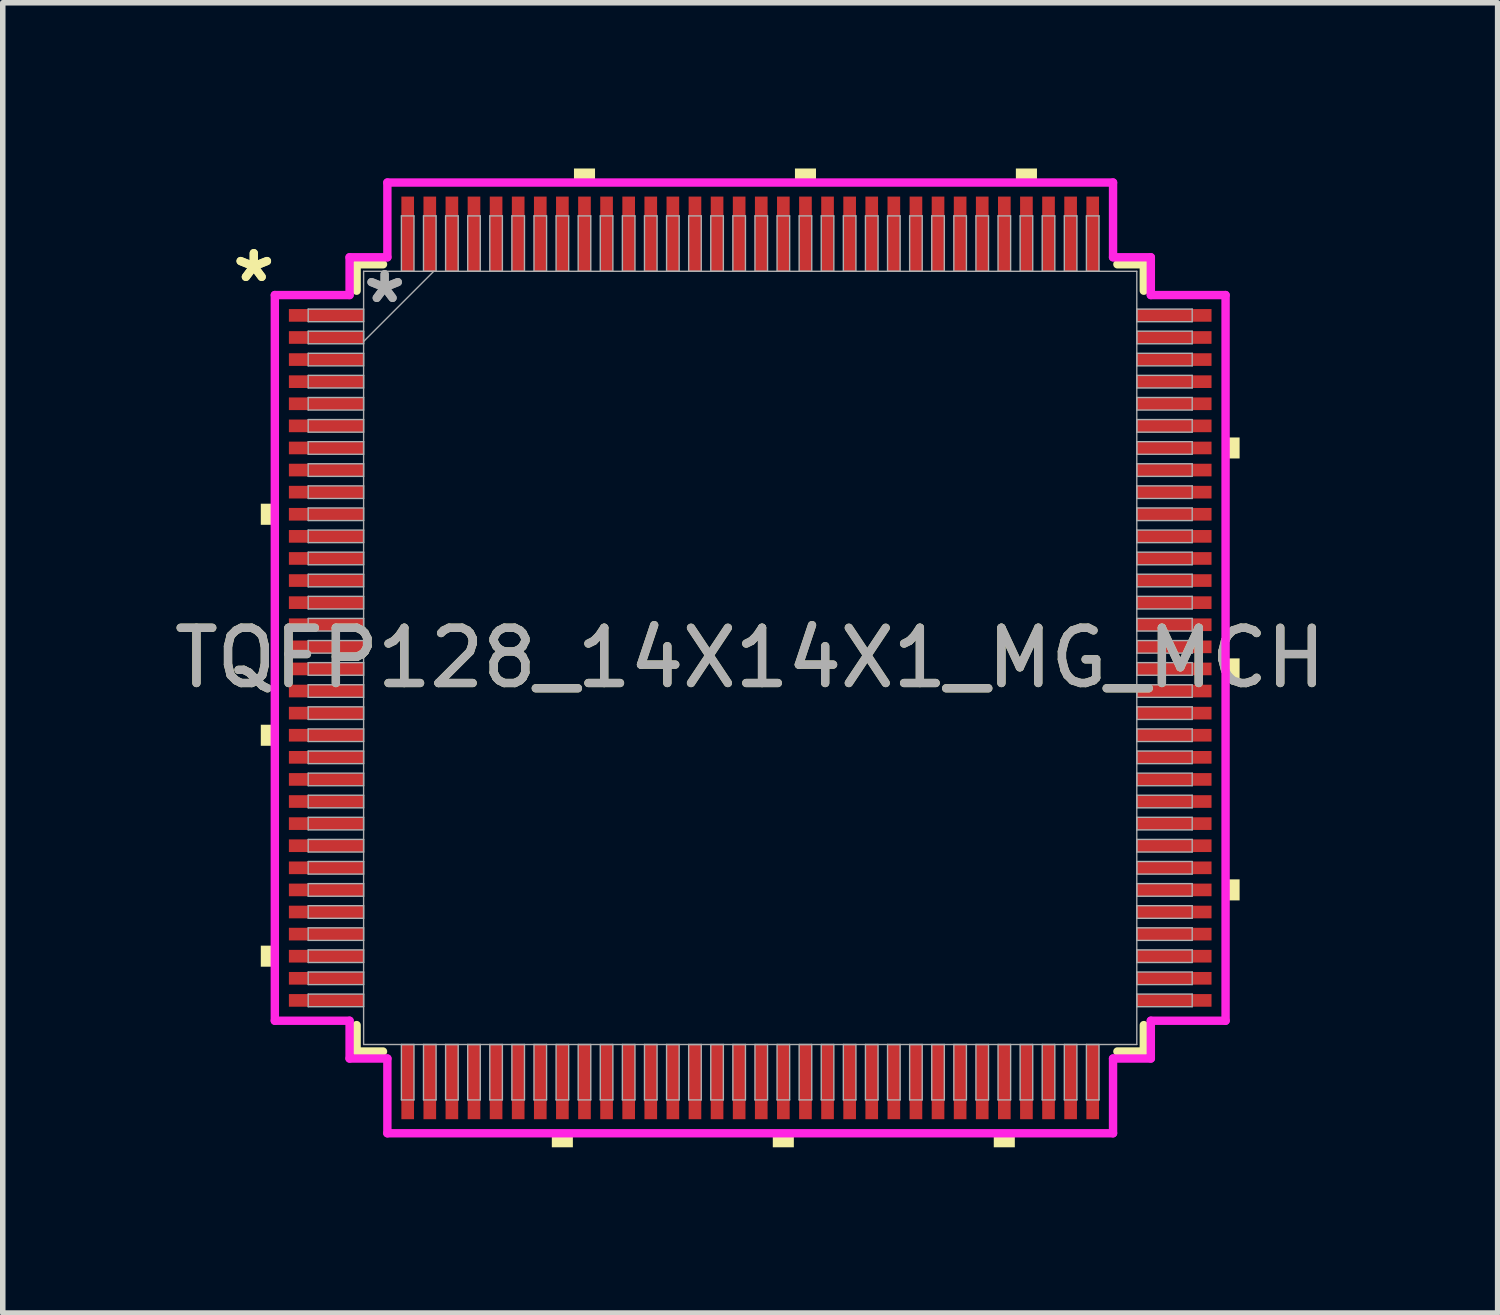
<source format=kicad_pcb>
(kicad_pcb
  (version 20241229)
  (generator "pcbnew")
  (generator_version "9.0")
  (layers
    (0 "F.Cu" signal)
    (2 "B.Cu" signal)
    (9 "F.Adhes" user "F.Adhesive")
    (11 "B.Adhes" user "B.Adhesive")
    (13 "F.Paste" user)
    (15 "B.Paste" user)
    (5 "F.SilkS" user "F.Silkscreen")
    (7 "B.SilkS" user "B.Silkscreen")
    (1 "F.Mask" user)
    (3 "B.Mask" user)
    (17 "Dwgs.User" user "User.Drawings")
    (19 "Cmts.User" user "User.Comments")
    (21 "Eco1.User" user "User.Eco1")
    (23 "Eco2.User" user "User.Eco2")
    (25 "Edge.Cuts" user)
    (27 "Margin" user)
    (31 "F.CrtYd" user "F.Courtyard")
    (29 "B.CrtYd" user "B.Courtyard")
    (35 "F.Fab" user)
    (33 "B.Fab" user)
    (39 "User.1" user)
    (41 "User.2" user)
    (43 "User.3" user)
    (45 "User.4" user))
  (footprint "TQFP128_14X14X1_MG_MCH"
    (layer "F.Cu")
    (at 10.53 8.859)
    (property "Reference" "TQFP128_14X14X1_MG_MCH" (at 0 0 0) (unlocked yes) (layer "F.SilkS") (effects (font (size 1 1) (thickness 0.15))))
    (attr smd)
    (fp_line (start -7.125 -7.125) (end -7.125 -6.647) (stroke (width 0.152) (type solid)) (layer "F.SilkS"))
    (fp_line (start -7.125 6.647) (end -7.125 7.125) (stroke (width 0.152) (type solid)) (layer "F.SilkS"))
    (fp_line (start -7.125 7.125) (end -6.647 7.125) (stroke (width 0.152) (type solid)) (layer "F.SilkS"))
    (fp_line (start -6.647 -7.125) (end -7.125 -7.125) (stroke (width 0.152) (type solid)) (layer "F.SilkS"))
    (fp_line (start 6.647 7.125) (end 7.125 7.125) (stroke (width 0.152) (type solid)) (layer "F.SilkS"))
    (fp_line (start 7.125 -7.125) (end 6.647 -7.125) (stroke (width 0.152) (type solid)) (layer "F.SilkS"))
    (fp_line (start 7.125 -6.647) (end 7.125 -7.125) (stroke (width 0.152) (type solid)) (layer "F.SilkS"))
    (fp_line (start 7.125 7.125) (end 7.125 6.647) (stroke (width 0.152) (type solid)) (layer "F.SilkS"))
    (fp_poly (pts (xy -8.859 -2.791) (xy -8.859 -2.409) (xy -8.605 -2.409) (xy -8.605 -2.791)) (stroke (width 0) (type solid)) (fill yes) (layer "F.SilkS"))
    (fp_poly (pts (xy -8.859 1.21) (xy -8.859 1.591) (xy -8.605 1.591) (xy -8.605 1.21)) (stroke (width 0) (type solid)) (fill yes) (layer "F.SilkS"))
    (fp_poly (pts (xy -8.859 5.209) (xy -8.859 5.59) (xy -8.605 5.59) (xy -8.605 5.209)) (stroke (width 0) (type solid)) (fill yes) (layer "F.SilkS"))
    (fp_poly (pts (xy -3.591 8.605) (xy -3.591 8.859) (xy -3.21 8.859) (xy -3.21 8.605)) (stroke (width 0) (type solid)) (fill yes) (layer "F.SilkS"))
    (fp_poly (pts (xy -3.19 -8.605) (xy -3.19 -8.859) (xy -2.809 -8.859) (xy -2.809 -8.605)) (stroke (width 0) (type solid)) (fill yes) (layer "F.SilkS"))
    (fp_poly (pts (xy 0.409 8.605) (xy 0.409 8.859) (xy 0.79 8.859) (xy 0.79 8.605)) (stroke (width 0) (type solid)) (fill yes) (layer "F.SilkS"))
    (fp_poly (pts (xy 0.81 -8.605) (xy 0.81 -8.859) (xy 1.191 -8.859) (xy 1.191 -8.605)) (stroke (width 0) (type solid)) (fill yes) (layer "F.SilkS"))
    (fp_poly (pts (xy 4.409 8.605) (xy 4.409 8.859) (xy 4.79 8.859) (xy 4.79 8.605)) (stroke (width 0) (type solid)) (fill yes) (layer "F.SilkS"))
    (fp_poly (pts (xy 4.809 -8.605) (xy 4.809 -8.859) (xy 5.191 -8.859) (xy 5.191 -8.605)) (stroke (width 0) (type solid)) (fill yes) (layer "F.SilkS"))
    (fp_poly (pts (xy 8.859 -3.99) (xy 8.859 -3.61) (xy 8.605 -3.61) (xy 8.605 -3.99)) (stroke (width 0) (type solid)) (fill yes) (layer "F.SilkS"))
    (fp_poly (pts (xy 8.859 0.009) (xy 8.859 0.391) (xy 8.605 0.391) (xy 8.605 0.009)) (stroke (width 0) (type solid)) (fill yes) (layer "F.SilkS"))
    (fp_poly (pts (xy 8.859 4.009) (xy 8.859 4.39) (xy 8.605 4.39) (xy 8.605 4.009)) (stroke (width 0) (type solid)) (fill yes) (layer "F.SilkS"))
    (fp_line (start -8.605 -6.568) (end -7.252 -6.568) (stroke (width 0.152) (type solid)) (layer "F.CrtYd"))
    (fp_line (start -8.605 6.568) (end -8.605 -6.568) (stroke (width 0.152) (type solid)) (layer "F.CrtYd"))
    (fp_line (start -7.252 -7.252) (end -6.568 -7.252) (stroke (width 0.152) (type solid)) (layer "F.CrtYd"))
    (fp_line (start -7.252 -6.568) (end -7.252 -7.252) (stroke (width 0.152) (type solid)) (layer "F.CrtYd"))
    (fp_line (start -7.252 6.568) (end -8.605 6.568) (stroke (width 0.152) (type solid)) (layer "F.CrtYd"))
    (fp_line (start -7.252 7.252) (end -7.252 6.568) (stroke (width 0.152) (type solid)) (layer "F.CrtYd"))
    (fp_line (start -7.252 7.252) (end -6.568 7.252) (stroke (width 0.152) (type solid)) (layer "F.CrtYd"))
    (fp_line (start -6.568 -8.605) (end 6.568 -8.605) (stroke (width 0.152) (type solid)) (layer "F.CrtYd"))
    (fp_line (start -6.568 -7.252) (end -6.568 -8.605) (stroke (width 0.152) (type solid)) (layer "F.CrtYd"))
    (fp_line (start -6.568 7.252) (end -6.568 8.605) (stroke (width 0.152) (type solid)) (layer "F.CrtYd"))
    (fp_line (start -6.568 8.605) (end 6.568 8.605) (stroke (width 0.152) (type solid)) (layer "F.CrtYd"))
    (fp_line (start 6.568 -8.605) (end 6.568 -7.252) (stroke (width 0.152) (type solid)) (layer "F.CrtYd"))
    (fp_line (start 6.568 -7.252) (end 7.252 -7.252) (stroke (width 0.152) (type solid)) (layer "F.CrtYd"))
    (fp_line (start 6.568 7.252) (end 7.252 7.252) (stroke (width 0.152) (type solid)) (layer "F.CrtYd"))
    (fp_line (start 6.568 8.605) (end 6.568 7.252) (stroke (width 0.152) (type solid)) (layer "F.CrtYd"))
    (fp_line (start 7.252 -6.568) (end 7.252 -7.252) (stroke (width 0.152) (type solid)) (layer "F.CrtYd"))
    (fp_line (start 7.252 6.568) (end 8.605 6.568) (stroke (width 0.152) (type solid)) (layer "F.CrtYd"))
    (fp_line (start 7.252 7.252) (end 7.252 6.568) (stroke (width 0.152) (type solid)) (layer "F.CrtYd"))
    (fp_line (start 8.605 -6.568) (end 7.252 -6.568) (stroke (width 0.152) (type solid)) (layer "F.CrtYd"))
    (fp_line (start 8.605 6.568) (end 8.605 -6.568) (stroke (width 0.152) (type solid)) (layer "F.CrtYd"))
    (fp_line (start -8.001 -6.314) (end -8.001 -6.086) (stroke (width 0.025) (type solid)) (layer "F.Fab"))
    (fp_line (start -8.001 -6.086) (end -6.998 -6.086) (stroke (width 0.025) (type solid)) (layer "F.Fab"))
    (fp_line (start -8.001 -5.914) (end -8.001 -5.686) (stroke (width 0.025) (type solid)) (layer "F.Fab"))
    (fp_line (start -8.001 -5.686) (end -6.998 -5.686) (stroke (width 0.025) (type solid)) (layer "F.Fab"))
    (fp_line (start -8.001 -5.514) (end -8.001 -5.286) (stroke (width 0.025) (type solid)) (layer "F.Fab"))
    (fp_line (start -8.001 -5.286) (end -6.998 -5.286) (stroke (width 0.025) (type solid)) (layer "F.Fab"))
    (fp_line (start -8.001 -5.114) (end -8.001 -4.886) (stroke (width 0.025) (type solid)) (layer "F.Fab"))
    (fp_line (start -8.001 -4.886) (end -6.998 -4.886) (stroke (width 0.025) (type solid)) (layer "F.Fab"))
    (fp_line (start -8.001 -4.714) (end -8.001 -4.486) (stroke (width 0.025) (type solid)) (layer "F.Fab"))
    (fp_line (start -8.001 -4.486) (end -6.998 -4.486) (stroke (width 0.025) (type solid)) (layer "F.Fab"))
    (fp_line (start -8.001 -4.314) (end -8.001 -4.086) (stroke (width 0.025) (type solid)) (layer "F.Fab"))
    (fp_line (start -8.001 -4.086) (end -6.998 -4.086) (stroke (width 0.025) (type solid)) (layer "F.Fab"))
    (fp_line (start -8.001 -3.914) (end -8.001 -3.686) (stroke (width 0.025) (type solid)) (layer "F.Fab"))
    (fp_line (start -8.001 -3.686) (end -6.998 -3.686) (stroke (width 0.025) (type solid)) (layer "F.Fab"))
    (fp_line (start -8.001 -3.514) (end -8.001 -3.286) (stroke (width 0.025) (type solid)) (layer "F.Fab"))
    (fp_line (start -8.001 -3.286) (end -6.998 -3.286) (stroke (width 0.025) (type solid)) (layer "F.Fab"))
    (fp_line (start -8.001 -3.114) (end -8.001 -2.886) (stroke (width 0.025) (type solid)) (layer "F.Fab"))
    (fp_line (start -8.001 -2.886) (end -6.998 -2.886) (stroke (width 0.025) (type solid)) (layer "F.Fab"))
    (fp_line (start -8.001 -2.714) (end -8.001 -2.486) (stroke (width 0.025) (type solid)) (layer "F.Fab"))
    (fp_line (start -8.001 -2.486) (end -6.998 -2.486) (stroke (width 0.025) (type solid)) (layer "F.Fab"))
    (fp_line (start -8.001 -2.314) (end -8.001 -2.086) (stroke (width 0.025) (type solid)) (layer "F.Fab"))
    (fp_line (start -8.001 -2.086) (end -6.998 -2.086) (stroke (width 0.025) (type solid)) (layer "F.Fab"))
    (fp_line (start -8.001 -1.914) (end -8.001 -1.686) (stroke (width 0.025) (type solid)) (layer "F.Fab"))
    (fp_line (start -8.001 -1.686) (end -6.998 -1.686) (stroke (width 0.025) (type solid)) (layer "F.Fab"))
    (fp_line (start -8.001 -1.514) (end -8.001 -1.286) (stroke (width 0.025) (type solid)) (layer "F.Fab"))
    (fp_line (start -8.001 -1.286) (end -6.998 -1.286) (stroke (width 0.025) (type solid)) (layer "F.Fab"))
    (fp_line (start -8.001 -1.114) (end -8.001 -0.886) (stroke (width 0.025) (type solid)) (layer "F.Fab"))
    (fp_line (start -8.001 -0.886) (end -6.998 -0.886) (stroke (width 0.025) (type solid)) (layer "F.Fab"))
    (fp_line (start -8.001 -0.714) (end -8.001 -0.486) (stroke (width 0.025) (type solid)) (layer "F.Fab"))
    (fp_line (start -8.001 -0.486) (end -6.998 -0.486) (stroke (width 0.025) (type solid)) (layer "F.Fab"))
    (fp_line (start -8.001 -0.314) (end -8.001 -0.086) (stroke (width 0.025) (type solid)) (layer "F.Fab"))
    (fp_line (start -8.001 -0.086) (end -6.998 -0.086) (stroke (width 0.025) (type solid)) (layer "F.Fab"))
    (fp_line (start -8.001 0.086) (end -8.001 0.314) (stroke (width 0.025) (type solid)) (layer "F.Fab"))
    (fp_line (start -8.001 0.314) (end -6.998 0.314) (stroke (width 0.025) (type solid)) (layer "F.Fab"))
    (fp_line (start -8.001 0.486) (end -8.001 0.714) (stroke (width 0.025) (type solid)) (layer "F.Fab"))
    (fp_line (start -8.001 0.714) (end -6.998 0.714) (stroke (width 0.025) (type solid)) (layer "F.Fab"))
    (fp_line (start -8.001 0.886) (end -8.001 1.114) (stroke (width 0.025) (type solid)) (layer "F.Fab"))
    (fp_line (start -8.001 1.114) (end -6.998 1.114) (stroke (width 0.025) (type solid)) (layer "F.Fab"))
    (fp_line (start -8.001 1.286) (end -8.001 1.514) (stroke (width 0.025) (type solid)) (layer "F.Fab"))
    (fp_line (start -8.001 1.514) (end -6.998 1.514) (stroke (width 0.025) (type solid)) (layer "F.Fab"))
    (fp_line (start -8.001 1.686) (end -8.001 1.914) (stroke (width 0.025) (type solid)) (layer "F.Fab"))
    (fp_line (start -8.001 1.914) (end -6.998 1.914) (stroke (width 0.025) (type solid)) (layer "F.Fab"))
    (fp_line (start -8.001 2.086) (end -8.001 2.314) (stroke (width 0.025) (type solid)) (layer "F.Fab"))
    (fp_line (start -8.001 2.314) (end -6.998 2.314) (stroke (width 0.025) (type solid)) (layer "F.Fab"))
    (fp_line (start -8.001 2.486) (end -8.001 2.714) (stroke (width 0.025) (type solid)) (layer "F.Fab"))
    (fp_line (start -8.001 2.714) (end -6.998 2.714) (stroke (width 0.025) (type solid)) (layer "F.Fab"))
    (fp_line (start -8.001 2.886) (end -8.001 3.114) (stroke (width 0.025) (type solid)) (layer "F.Fab"))
    (fp_line (start -8.001 3.114) (end -6.998 3.114) (stroke (width 0.025) (type solid)) (layer "F.Fab"))
    (fp_line (start -8.001 3.286) (end -8.001 3.514) (stroke (width 0.025) (type solid)) (layer "F.Fab"))
    (fp_line (start -8.001 3.514) (end -6.998 3.514) (stroke (width 0.025) (type solid)) (layer "F.Fab"))
    (fp_line (start -8.001 3.686) (end -8.001 3.914) (stroke (width 0.025) (type solid)) (layer "F.Fab"))
    (fp_line (start -8.001 3.914) (end -6.998 3.914) (stroke (width 0.025) (type solid)) (layer "F.Fab"))
    (fp_line (start -8.001 4.086) (end -8.001 4.314) (stroke (width 0.025) (type solid)) (layer "F.Fab"))
    (fp_line (start -8.001 4.314) (end -6.998 4.314) (stroke (width 0.025) (type solid)) (layer "F.Fab"))
    (fp_line (start -8.001 4.486) (end -8.001 4.714) (stroke (width 0.025) (type solid)) (layer "F.Fab"))
    (fp_line (start -8.001 4.714) (end -6.998 4.714) (stroke (width 0.025) (type solid)) (layer "F.Fab"))
    (fp_line (start -8.001 4.886) (end -8.001 5.114) (stroke (width 0.025) (type solid)) (layer "F.Fab"))
    (fp_line (start -8.001 5.114) (end -6.998 5.114) (stroke (width 0.025) (type solid)) (layer "F.Fab"))
    (fp_line (start -8.001 5.286) (end -8.001 5.514) (stroke (width 0.025) (type solid)) (layer "F.Fab"))
    (fp_line (start -8.001 5.514) (end -6.998 5.514) (stroke (width 0.025) (type solid)) (layer "F.Fab"))
    (fp_line (start -8.001 5.686) (end -8.001 5.914) (stroke (width 0.025) (type solid)) (layer "F.Fab"))
    (fp_line (start -8.001 5.914) (end -6.998 5.914) (stroke (width 0.025) (type solid)) (layer "F.Fab"))
    (fp_line (start -8.001 6.086) (end -8.001 6.314) (stroke (width 0.025) (type solid)) (layer "F.Fab"))
    (fp_line (start -8.001 6.314) (end -6.998 6.314) (stroke (width 0.025) (type solid)) (layer "F.Fab"))
    (fp_line (start -6.998 -6.998) (end -6.998 6.998) (stroke (width 0.025) (type solid)) (layer "F.Fab"))
    (fp_line (start -6.998 -6.314) (end -8.001 -6.314) (stroke (width 0.025) (type solid)) (layer "F.Fab"))
    (fp_line (start -6.998 -6.086) (end -6.998 -6.314) (stroke (width 0.025) (type solid)) (layer "F.Fab"))
    (fp_line (start -6.998 -5.914) (end -8.001 -5.914) (stroke (width 0.025) (type solid)) (layer "F.Fab"))
    (fp_line (start -6.998 -5.728) (end -5.728 -6.998) (stroke (width 0.025) (type solid)) (layer "F.Fab"))
    (fp_line (start -6.998 -5.686) (end -6.998 -5.914) (stroke (width 0.025) (type solid)) (layer "F.Fab"))
    (fp_line (start -6.998 -5.514) (end -8.001 -5.514) (stroke (width 0.025) (type solid)) (layer "F.Fab"))
    (fp_line (start -6.998 -5.286) (end -6.998 -5.514) (stroke (width 0.025) (type solid)) (layer "F.Fab"))
    (fp_line (start -6.998 -5.114) (end -8.001 -5.114) (stroke (width 0.025) (type solid)) (layer "F.Fab"))
    (fp_line (start -6.998 -4.886) (end -6.998 -5.114) (stroke (width 0.025) (type solid)) (layer "F.Fab"))
    (fp_line (start -6.998 -4.714) (end -8.001 -4.714) (stroke (width 0.025) (type solid)) (layer "F.Fab"))
    (fp_line (start -6.998 -4.486) (end -6.998 -4.714) (stroke (width 0.025) (type solid)) (layer "F.Fab"))
    (fp_line (start -6.998 -4.314) (end -8.001 -4.314) (stroke (width 0.025) (type solid)) (layer "F.Fab"))
    (fp_line (start -6.998 -4.086) (end -6.998 -4.314) (stroke (width 0.025) (type solid)) (layer "F.Fab"))
    (fp_line (start -6.998 -3.914) (end -8.001 -3.914) (stroke (width 0.025) (type solid)) (layer "F.Fab"))
    (fp_line (start -6.998 -3.686) (end -6.998 -3.914) (stroke (width 0.025) (type solid)) (layer "F.Fab"))
    (fp_line (start -6.998 -3.514) (end -8.001 -3.514) (stroke (width 0.025) (type solid)) (layer "F.Fab"))
    (fp_line (start -6.998 -3.286) (end -6.998 -3.514) (stroke (width 0.025) (type solid)) (layer "F.Fab"))
    (fp_line (start -6.998 -3.114) (end -8.001 -3.114) (stroke (width 0.025) (type solid)) (layer "F.Fab"))
    (fp_line (start -6.998 -2.886) (end -6.998 -3.114) (stroke (width 0.025) (type solid)) (layer "F.Fab"))
    (fp_line (start -6.998 -2.714) (end -8.001 -2.714) (stroke (width 0.025) (type solid)) (layer "F.Fab"))
    (fp_line (start -6.998 -2.486) (end -6.998 -2.714) (stroke (width 0.025) (type solid)) (layer "F.Fab"))
    (fp_line (start -6.998 -2.314) (end -8.001 -2.314) (stroke (width 0.025) (type solid)) (layer "F.Fab"))
    (fp_line (start -6.998 -2.086) (end -6.998 -2.314) (stroke (width 0.025) (type solid)) (layer "F.Fab"))
    (fp_line (start -6.998 -1.914) (end -8.001 -1.914) (stroke (width 0.025) (type solid)) (layer "F.Fab"))
    (fp_line (start -6.998 -1.686) (end -6.998 -1.914) (stroke (width 0.025) (type solid)) (layer "F.Fab"))
    (fp_line (start -6.998 -1.514) (end -8.001 -1.514) (stroke (width 0.025) (type solid)) (layer "F.Fab"))
    (fp_line (start -6.998 -1.286) (end -6.998 -1.514) (stroke (width 0.025) (type solid)) (layer "F.Fab"))
    (fp_line (start -6.998 -1.114) (end -8.001 -1.114) (stroke (width 0.025) (type solid)) (layer "F.Fab"))
    (fp_line (start -6.998 -0.886) (end -6.998 -1.114) (stroke (width 0.025) (type solid)) (layer "F.Fab"))
    (fp_line (start -6.998 -0.714) (end -8.001 -0.714) (stroke (width 0.025) (type solid)) (layer "F.Fab"))
    (fp_line (start -6.998 -0.486) (end -6.998 -0.714) (stroke (width 0.025) (type solid)) (layer "F.Fab"))
    (fp_line (start -6.998 -0.314) (end -8.001 -0.314) (stroke (width 0.025) (type solid)) (layer "F.Fab"))
    (fp_line (start -6.998 -0.086) (end -6.998 -0.314) (stroke (width 0.025) (type solid)) (layer "F.Fab"))
    (fp_line (start -6.998 0.086) (end -8.001 0.086) (stroke (width 0.025) (type solid)) (layer "F.Fab"))
    (fp_line (start -6.998 0.314) (end -6.998 0.086) (stroke (width 0.025) (type solid)) (layer "F.Fab"))
    (fp_line (start -6.998 0.486) (end -8.001 0.486) (stroke (width 0.025) (type solid)) (layer "F.Fab"))
    (fp_line (start -6.998 0.714) (end -6.998 0.486) (stroke (width 0.025) (type solid)) (layer "F.Fab"))
    (fp_line (start -6.998 0.886) (end -8.001 0.886) (stroke (width 0.025) (type solid)) (layer "F.Fab"))
    (fp_line (start -6.998 1.114) (end -6.998 0.886) (stroke (width 0.025) (type solid)) (layer "F.Fab"))
    (fp_line (start -6.998 1.286) (end -8.001 1.286) (stroke (width 0.025) (type solid)) (layer "F.Fab"))
    (fp_line (start -6.998 1.514) (end -6.998 1.286) (stroke (width 0.025) (type solid)) (layer "F.Fab"))
    (fp_line (start -6.998 1.686) (end -8.001 1.686) (stroke (width 0.025) (type solid)) (layer "F.Fab"))
    (fp_line (start -6.998 1.914) (end -6.998 1.686) (stroke (width 0.025) (type solid)) (layer "F.Fab"))
    (fp_line (start -6.998 2.086) (end -8.001 2.086) (stroke (width 0.025) (type solid)) (layer "F.Fab"))
    (fp_line (start -6.998 2.314) (end -6.998 2.086) (stroke (width 0.025) (type solid)) (layer "F.Fab"))
    (fp_line (start -6.998 2.486) (end -8.001 2.486) (stroke (width 0.025) (type solid)) (layer "F.Fab"))
    (fp_line (start -6.998 2.714) (end -6.998 2.486) (stroke (width 0.025) (type solid)) (layer "F.Fab"))
    (fp_line (start -6.998 2.886) (end -8.001 2.886) (stroke (width 0.025) (type solid)) (layer "F.Fab"))
    (fp_line (start -6.998 3.114) (end -6.998 2.886) (stroke (width 0.025) (type solid)) (layer "F.Fab"))
    (fp_line (start -6.998 3.286) (end -8.001 3.286) (stroke (width 0.025) (type solid)) (layer "F.Fab"))
    (fp_line (start -6.998 3.514) (end -6.998 3.286) (stroke (width 0.025) (type solid)) (layer "F.Fab"))
    (fp_line (start -6.998 3.686) (end -8.001 3.686) (stroke (width 0.025) (type solid)) (layer "F.Fab"))
    (fp_line (start -6.998 3.914) (end -6.998 3.686) (stroke (width 0.025) (type solid)) (layer "F.Fab"))
    (fp_line (start -6.998 4.086) (end -8.001 4.086) (stroke (width 0.025) (type solid)) (layer "F.Fab"))
    (fp_line (start -6.998 4.314) (end -6.998 4.086) (stroke (width 0.025) (type solid)) (layer "F.Fab"))
    (fp_line (start -6.998 4.486) (end -8.001 4.486) (stroke (width 0.025) (type solid)) (layer "F.Fab"))
    (fp_line (start -6.998 4.714) (end -6.998 4.486) (stroke (width 0.025) (type solid)) (layer "F.Fab"))
    (fp_line (start -6.998 4.886) (end -8.001 4.886) (stroke (width 0.025) (type solid)) (layer "F.Fab"))
    (fp_line (start -6.998 5.114) (end -6.998 4.886) (stroke (width 0.025) (type solid)) (layer "F.Fab"))
    (fp_line (start -6.998 5.286) (end -8.001 5.286) (stroke (width 0.025) (type solid)) (layer "F.Fab"))
    (fp_line (start -6.998 5.514) (end -6.998 5.286) (stroke (width 0.025) (type solid)) (layer "F.Fab"))
    (fp_line (start -6.998 5.686) (end -8.001 5.686) (stroke (width 0.025) (type solid)) (layer "F.Fab"))
    (fp_line (start -6.998 5.914) (end -6.998 5.686) (stroke (width 0.025) (type solid)) (layer "F.Fab"))
    (fp_line (start -6.998 6.086) (end -8.001 6.086) (stroke (width 0.025) (type solid)) (layer "F.Fab"))
    (fp_line (start -6.998 6.314) (end -6.998 6.086) (stroke (width 0.025) (type solid)) (layer "F.Fab"))
    (fp_line (start -6.998 6.998) (end 6.998 6.998) (stroke (width 0.025) (type solid)) (layer "F.Fab"))
    (fp_line (start -6.314 -8.001) (end -6.314 -6.998) (stroke (width 0.025) (type solid)) (layer "F.Fab"))
    (fp_line (start -6.314 -6.998) (end -6.086 -6.998) (stroke (width 0.025) (type solid)) (layer "F.Fab"))
    (fp_line (start -6.314 6.998) (end -6.314 8.001) (stroke (width 0.025) (type solid)) (layer "F.Fab"))
    (fp_line (start -6.314 8.001) (end -6.086 8.001) (stroke (width 0.025) (type solid)) (layer "F.Fab"))
    (fp_line (start -6.086 -8.001) (end -6.314 -8.001) (stroke (width 0.025) (type solid)) (layer "F.Fab"))
    (fp_line (start -6.086 -6.998) (end -6.086 -8.001) (stroke (width 0.025) (type solid)) (layer "F.Fab"))
    (fp_line (start -6.086 6.998) (end -6.314 6.998) (stroke (width 0.025) (type solid)) (layer "F.Fab"))
    (fp_line (start -6.086 8.001) (end -6.086 6.998) (stroke (width 0.025) (type solid)) (layer "F.Fab"))
    (fp_line (start -5.914 6.998) (end -5.914 8.001) (stroke (width 0.025) (type solid)) (layer "F.Fab"))
    (fp_line (start -5.914 8.001) (end -5.686 8.001) (stroke (width 0.025) (type solid)) (layer "F.Fab"))
    (fp_line (start -5.914 -8.001) (end -5.914 -6.998) (stroke (width 0.025) (type solid)) (layer "F.Fab"))
    (fp_line (start -5.914 -6.998) (end -5.686 -6.998) (stroke (width 0.025) (type solid)) (layer "F.Fab"))
    (fp_line (start -5.686 6.998) (end -5.914 6.998) (stroke (width 0.025) (type solid)) (layer "F.Fab"))
    (fp_line (start -5.686 8.001) (end -5.686 6.998) (stroke (width 0.025) (type solid)) (layer "F.Fab"))
    (fp_line (start -5.686 -8.001) (end -5.914 -8.001) (stroke (width 0.025) (type solid)) (layer "F.Fab"))
    (fp_line (start -5.686 -6.998) (end -5.686 -8.001) (stroke (width 0.025) (type solid)) (layer "F.Fab"))
    (fp_line (start -5.514 6.998) (end -5.514 8.001) (stroke (width 0.025) (type solid)) (layer "F.Fab"))
    (fp_line (start -5.514 8.001) (end -5.286 8.001) (stroke (width 0.025) (type solid)) (layer "F.Fab"))
    (fp_line (start -5.514 -8.001) (end -5.514 -6.998) (stroke (width 0.025) (type solid)) (layer "F.Fab"))
    (fp_line (start -5.514 -6.998) (end -5.286 -6.998) (stroke (width 0.025) (type solid)) (layer "F.Fab"))
    (fp_line (start -5.286 6.998) (end -5.514 6.998) (stroke (width 0.025) (type solid)) (layer "F.Fab"))
    (fp_line (start -5.286 8.001) (end -5.286 6.998) (stroke (width 0.025) (type solid)) (layer "F.Fab"))
    (fp_line (start -5.286 -8.001) (end -5.514 -8.001) (stroke (width 0.025) (type solid)) (layer "F.Fab"))
    (fp_line (start -5.286 -6.998) (end -5.286 -8.001) (stroke (width 0.025) (type solid)) (layer "F.Fab"))
    (fp_line (start -5.114 6.998) (end -5.114 8.001) (stroke (width 0.025) (type solid)) (layer "F.Fab"))
    (fp_line (start -5.114 8.001) (end -4.886 8.001) (stroke (width 0.025) (type solid)) (layer "F.Fab"))
    (fp_line (start -5.114 -8.001) (end -5.114 -6.998) (stroke (width 0.025) (type solid)) (layer "F.Fab"))
    (fp_line (start -5.114 -6.998) (end -4.886 -6.998) (stroke (width 0.025) (type solid)) (layer "F.Fab"))
    (fp_line (start -4.886 6.998) (end -5.114 6.998) (stroke (width 0.025) (type solid)) (layer "F.Fab"))
    (fp_line (start -4.886 8.001) (end -4.886 6.998) (stroke (width 0.025) (type solid)) (layer "F.Fab"))
    (fp_line (start -4.886 -8.001) (end -5.114 -8.001) (stroke (width 0.025) (type solid)) (layer "F.Fab"))
    (fp_line (start -4.886 -6.998) (end -4.886 -8.001) (stroke (width 0.025) (type solid)) (layer "F.Fab"))
    (fp_line (start -4.714 6.998) (end -4.714 8.001) (stroke (width 0.025) (type solid)) (layer "F.Fab"))
    (fp_line (start -4.714 8.001) (end -4.486 8.001) (stroke (width 0.025) (type solid)) (layer "F.Fab"))
    (fp_line (start -4.714 -8.001) (end -4.714 -6.998) (stroke (width 0.025) (type solid)) (layer "F.Fab"))
    (fp_line (start -4.714 -6.998) (end -4.486 -6.998) (stroke (width 0.025) (type solid)) (layer "F.Fab"))
    (fp_line (start -4.486 6.998) (end -4.714 6.998) (stroke (width 0.025) (type solid)) (layer "F.Fab"))
    (fp_line (start -4.486 8.001) (end -4.486 6.998) (stroke (width 0.025) (type solid)) (layer "F.Fab"))
    (fp_line (start -4.486 -8.001) (end -4.714 -8.001) (stroke (width 0.025) (type solid)) (layer "F.Fab"))
    (fp_line (start -4.486 -6.998) (end -4.486 -8.001) (stroke (width 0.025) (type solid)) (layer "F.Fab"))
    (fp_line (start -4.314 6.998) (end -4.314 8.001) (stroke (width 0.025) (type solid)) (layer "F.Fab"))
    (fp_line (start -4.314 8.001) (end -4.086 8.001) (stroke (width 0.025) (type solid)) (layer "F.Fab"))
    (fp_line (start -4.314 -8.001) (end -4.314 -6.998) (stroke (width 0.025) (type solid)) (layer "F.Fab"))
    (fp_line (start -4.314 -6.998) (end -4.086 -6.998) (stroke (width 0.025) (type solid)) (layer "F.Fab"))
    (fp_line (start -4.086 6.998) (end -4.314 6.998) (stroke (width 0.025) (type solid)) (layer "F.Fab"))
    (fp_line (start -4.086 8.001) (end -4.086 6.998) (stroke (width 0.025) (type solid)) (layer "F.Fab"))
    (fp_line (start -4.086 -8.001) (end -4.314 -8.001) (stroke (width 0.025) (type solid)) (layer "F.Fab"))
    (fp_line (start -4.086 -6.998) (end -4.086 -8.001) (stroke (width 0.025) (type solid)) (layer "F.Fab"))
    (fp_line (start -3.914 6.998) (end -3.914 8.001) (stroke (width 0.025) (type solid)) (layer "F.Fab"))
    (fp_line (start -3.914 8.001) (end -3.686 8.001) (stroke (width 0.025) (type solid)) (layer "F.Fab"))
    (fp_line (start -3.914 -8.001) (end -3.914 -6.998) (stroke (width 0.025) (type solid)) (layer "F.Fab"))
    (fp_line (start -3.914 -6.998) (end -3.686 -6.998) (stroke (width 0.025) (type solid)) (layer "F.Fab"))
    (fp_line (start -3.686 6.998) (end -3.914 6.998) (stroke (width 0.025) (type solid)) (layer "F.Fab"))
    (fp_line (start -3.686 8.001) (end -3.686 6.998) (stroke (width 0.025) (type solid)) (layer "F.Fab"))
    (fp_line (start -3.686 -8.001) (end -3.914 -8.001) (stroke (width 0.025) (type solid)) (layer "F.Fab"))
    (fp_line (start -3.686 -6.998) (end -3.686 -8.001) (stroke (width 0.025) (type solid)) (layer "F.Fab"))
    (fp_line (start -3.514 6.998) (end -3.514 8.001) (stroke (width 0.025) (type solid)) (layer "F.Fab"))
    (fp_line (start -3.514 8.001) (end -3.286 8.001) (stroke (width 0.025) (type solid)) (layer "F.Fab"))
    (fp_line (start -3.514 -8.001) (end -3.514 -6.998) (stroke (width 0.025) (type solid)) (layer "F.Fab"))
    (fp_line (start -3.514 -6.998) (end -3.286 -6.998) (stroke (width 0.025) (type solid)) (layer "F.Fab"))
    (fp_line (start -3.286 6.998) (end -3.514 6.998) (stroke (width 0.025) (type solid)) (layer "F.Fab"))
    (fp_line (start -3.286 8.001) (end -3.286 6.998) (stroke (width 0.025) (type solid)) (layer "F.Fab"))
    (fp_line (start -3.286 -8.001) (end -3.514 -8.001) (stroke (width 0.025) (type solid)) (layer "F.Fab"))
    (fp_line (start -3.286 -6.998) (end -3.286 -8.001) (stroke (width 0.025) (type solid)) (layer "F.Fab"))
    (fp_line (start -3.114 6.998) (end -3.114 8.001) (stroke (width 0.025) (type solid)) (layer "F.Fab"))
    (fp_line (start -3.114 8.001) (end -2.886 8.001) (stroke (width 0.025) (type solid)) (layer "F.Fab"))
    (fp_line (start -3.114 -8.001) (end -3.114 -6.998) (stroke (width 0.025) (type solid)) (layer "F.Fab"))
    (fp_line (start -3.114 -6.998) (end -2.886 -6.998) (stroke (width 0.025) (type solid)) (layer "F.Fab"))
    (fp_line (start -2.886 6.998) (end -3.114 6.998) (stroke (width 0.025) (type solid)) (layer "F.Fab"))
    (fp_line (start -2.886 8.001) (end -2.886 6.998) (stroke (width 0.025) (type solid)) (layer "F.Fab"))
    (fp_line (start -2.886 -8.001) (end -3.114 -8.001) (stroke (width 0.025) (type solid)) (layer "F.Fab"))
    (fp_line (start -2.886 -6.998) (end -2.886 -8.001) (stroke (width 0.025) (type solid)) (layer "F.Fab"))
    (fp_line (start -2.714 -8.001) (end -2.714 -6.998) (stroke (width 0.025) (type solid)) (layer "F.Fab"))
    (fp_line (start -2.714 -6.998) (end -2.486 -6.998) (stroke (width 0.025) (type solid)) (layer "F.Fab"))
    (fp_line (start -2.714 6.998) (end -2.714 8.001) (stroke (width 0.025) (type solid)) (layer "F.Fab"))
    (fp_line (start -2.714 8.001) (end -2.486 8.001) (stroke (width 0.025) (type solid)) (layer "F.Fab"))
    (fp_line (start -2.486 -8.001) (end -2.714 -8.001) (stroke (width 0.025) (type solid)) (layer "F.Fab"))
    (fp_line (start -2.486 -6.998) (end -2.486 -8.001) (stroke (width 0.025) (type solid)) (layer "F.Fab"))
    (fp_line (start -2.486 6.998) (end -2.714 6.998) (stroke (width 0.025) (type solid)) (layer "F.Fab"))
    (fp_line (start -2.486 8.001) (end -2.486 6.998) (stroke (width 0.025) (type solid)) (layer "F.Fab"))
    (fp_line (start -2.314 -8.001) (end -2.314 -6.998) (stroke (width 0.025) (type solid)) (layer "F.Fab"))
    (fp_line (start -2.314 -6.998) (end -2.086 -6.998) (stroke (width 0.025) (type solid)) (layer "F.Fab"))
    (fp_line (start -2.314 6.998) (end -2.314 8.001) (stroke (width 0.025) (type solid)) (layer "F.Fab"))
    (fp_line (start -2.314 8.001) (end -2.086 8.001) (stroke (width 0.025) (type solid)) (layer "F.Fab"))
    (fp_line (start -2.086 -8.001) (end -2.314 -8.001) (stroke (width 0.025) (type solid)) (layer "F.Fab"))
    (fp_line (start -2.086 -6.998) (end -2.086 -8.001) (stroke (width 0.025) (type solid)) (layer "F.Fab"))
    (fp_line (start -2.086 6.998) (end -2.314 6.998) (stroke (width 0.025) (type solid)) (layer "F.Fab"))
    (fp_line (start -2.086 8.001) (end -2.086 6.998) (stroke (width 0.025) (type solid)) (layer "F.Fab"))
    (fp_line (start -1.914 -8.001) (end -1.914 -6.998) (stroke (width 0.025) (type solid)) (layer "F.Fab"))
    (fp_line (start -1.914 -6.998) (end -1.686 -6.998) (stroke (width 0.025) (type solid)) (layer "F.Fab"))
    (fp_line (start -1.914 6.998) (end -1.914 8.001) (stroke (width 0.025) (type solid)) (layer "F.Fab"))
    (fp_line (start -1.914 8.001) (end -1.686 8.001) (stroke (width 0.025) (type solid)) (layer "F.Fab"))
    (fp_line (start -1.686 -8.001) (end -1.914 -8.001) (stroke (width 0.025) (type solid)) (layer "F.Fab"))
    (fp_line (start -1.686 -6.998) (end -1.686 -8.001) (stroke (width 0.025) (type solid)) (layer "F.Fab"))
    (fp_line (start -1.686 6.998) (end -1.914 6.998) (stroke (width 0.025) (type solid)) (layer "F.Fab"))
    (fp_line (start -1.686 8.001) (end -1.686 6.998) (stroke (width 0.025) (type solid)) (layer "F.Fab"))
    (fp_line (start -1.514 -8.001) (end -1.514 -6.998) (stroke (width 0.025) (type solid)) (layer "F.Fab"))
    (fp_line (start -1.514 -6.998) (end -1.286 -6.998) (stroke (width 0.025) (type solid)) (layer "F.Fab"))
    (fp_line (start -1.514 6.998) (end -1.514 8.001) (stroke (width 0.025) (type solid)) (layer "F.Fab"))
    (fp_line (start -1.514 8.001) (end -1.286 8.001) (stroke (width 0.025) (type solid)) (layer "F.Fab"))
    (fp_line (start -1.286 -8.001) (end -1.514 -8.001) (stroke (width 0.025) (type solid)) (layer "F.Fab"))
    (fp_line (start -1.286 -6.998) (end -1.286 -8.001) (stroke (width 0.025) (type solid)) (layer "F.Fab"))
    (fp_line (start -1.286 6.998) (end -1.514 6.998) (stroke (width 0.025) (type solid)) (layer "F.Fab"))
    (fp_line (start -1.286 8.001) (end -1.286 6.998) (stroke (width 0.025) (type solid)) (layer "F.Fab"))
    (fp_line (start -1.114 -8.001) (end -1.114 -6.998) (stroke (width 0.025) (type solid)) (layer "F.Fab"))
    (fp_line (start -1.114 -6.998) (end -0.886 -6.998) (stroke (width 0.025) (type solid)) (layer "F.Fab"))
    (fp_line (start -1.114 6.998) (end -1.114 8.001) (stroke (width 0.025) (type solid)) (layer "F.Fab"))
    (fp_line (start -1.114 8.001) (end -0.886 8.001) (stroke (width 0.025) (type solid)) (layer "F.Fab"))
    (fp_line (start -0.886 -8.001) (end -1.114 -8.001) (stroke (width 0.025) (type solid)) (layer "F.Fab"))
    (fp_line (start -0.886 -6.998) (end -0.886 -8.001) (stroke (width 0.025) (type solid)) (layer "F.Fab"))
    (fp_line (start -0.886 6.998) (end -1.114 6.998) (stroke (width 0.025) (type solid)) (layer "F.Fab"))
    (fp_line (start -0.886 8.001) (end -0.886 6.998) (stroke (width 0.025) (type solid)) (layer "F.Fab"))
    (fp_line (start -0.714 -8.001) (end -0.714 -6.998) (stroke (width 0.025) (type solid)) (layer "F.Fab"))
    (fp_line (start -0.714 -6.998) (end -0.486 -6.998) (stroke (width 0.025) (type solid)) (layer "F.Fab"))
    (fp_line (start -0.714 6.998) (end -0.714 8.001) (stroke (width 0.025) (type solid)) (layer "F.Fab"))
    (fp_line (start -0.714 8.001) (end -0.486 8.001) (stroke (width 0.025) (type solid)) (layer "F.Fab"))
    (fp_line (start -0.486 -8.001) (end -0.714 -8.001) (stroke (width 0.025) (type solid)) (layer "F.Fab"))
    (fp_line (start -0.486 -6.998) (end -0.486 -8.001) (stroke (width 0.025) (type solid)) (layer "F.Fab"))
    (fp_line (start -0.486 6.998) (end -0.714 6.998) (stroke (width 0.025) (type solid)) (layer "F.Fab"))
    (fp_line (start -0.486 8.001) (end -0.486 6.998) (stroke (width 0.025) (type solid)) (layer "F.Fab"))
    (fp_line (start -0.314 -8.001) (end -0.314 -6.998) (stroke (width 0.025) (type solid)) (layer "F.Fab"))
    (fp_line (start -0.314 -6.998) (end -0.086 -6.998) (stroke (width 0.025) (type solid)) (layer "F.Fab"))
    (fp_line (start -0.314 6.998) (end -0.314 8.001) (stroke (width 0.025) (type solid)) (layer "F.Fab"))
    (fp_line (start -0.314 8.001) (end -0.086 8.001) (stroke (width 0.025) (type solid)) (layer "F.Fab"))
    (fp_line (start -0.086 -8.001) (end -0.314 -8.001) (stroke (width 0.025) (type solid)) (layer "F.Fab"))
    (fp_line (start -0.086 -6.998) (end -0.086 -8.001) (stroke (width 0.025) (type solid)) (layer "F.Fab"))
    (fp_line (start -0.086 6.998) (end -0.314 6.998) (stroke (width 0.025) (type solid)) (layer "F.Fab"))
    (fp_line (start -0.086 8.001) (end -0.086 6.998) (stroke (width 0.025) (type solid)) (layer "F.Fab"))
    (fp_line (start 0.086 -8.001) (end 0.086 -6.998) (stroke (width 0.025) (type solid)) (layer "F.Fab"))
    (fp_line (start 0.086 -6.998) (end 0.314 -6.998) (stroke (width 0.025) (type solid)) (layer "F.Fab"))
    (fp_line (start 0.086 6.998) (end 0.086 8.001) (stroke (width 0.025) (type solid)) (layer "F.Fab"))
    (fp_line (start 0.086 8.001) (end 0.314 8.001) (stroke (width 0.025) (type solid)) (layer "F.Fab"))
    (fp_line (start 0.314 -8.001) (end 0.086 -8.001) (stroke (width 0.025) (type solid)) (layer "F.Fab"))
    (fp_line (start 0.314 -6.998) (end 0.314 -8.001) (stroke (width 0.025) (type solid)) (layer "F.Fab"))
    (fp_line (start 0.314 6.998) (end 0.086 6.998) (stroke (width 0.025) (type solid)) (layer "F.Fab"))
    (fp_line (start 0.314 8.001) (end 0.314 6.998) (stroke (width 0.025) (type solid)) (layer "F.Fab"))
    (fp_line (start 0.486 -8.001) (end 0.486 -6.998) (stroke (width 0.025) (type solid)) (layer "F.Fab"))
    (fp_line (start 0.486 -6.998) (end 0.714 -6.998) (stroke (width 0.025) (type solid)) (layer "F.Fab"))
    (fp_line (start 0.486 6.998) (end 0.486 8.001) (stroke (width 0.025) (type solid)) (layer "F.Fab"))
    (fp_line (start 0.486 8.001) (end 0.714 8.001) (stroke (width 0.025) (type solid)) (layer "F.Fab"))
    (fp_line (start 0.714 -8.001) (end 0.486 -8.001) (stroke (width 0.025) (type solid)) (layer "F.Fab"))
    (fp_line (start 0.714 -6.998) (end 0.714 -8.001) (stroke (width 0.025) (type solid)) (layer "F.Fab"))
    (fp_line (start 0.714 6.998) (end 0.486 6.998) (stroke (width 0.025) (type solid)) (layer "F.Fab"))
    (fp_line (start 0.714 8.001) (end 0.714 6.998) (stroke (width 0.025) (type solid)) (layer "F.Fab"))
    (fp_line (start 0.886 -8.001) (end 0.886 -6.998) (stroke (width 0.025) (type solid)) (layer "F.Fab"))
    (fp_line (start 0.886 -6.998) (end 1.114 -6.998) (stroke (width 0.025) (type solid)) (layer "F.Fab"))
    (fp_line (start 0.886 6.998) (end 0.886 8.001) (stroke (width 0.025) (type solid)) (layer "F.Fab"))
    (fp_line (start 0.886 8.001) (end 1.114 8.001) (stroke (width 0.025) (type solid)) (layer "F.Fab"))
    (fp_line (start 1.114 -8.001) (end 0.886 -8.001) (stroke (width 0.025) (type solid)) (layer "F.Fab"))
    (fp_line (start 1.114 -6.998) (end 1.114 -8.001) (stroke (width 0.025) (type solid)) (layer "F.Fab"))
    (fp_line (start 1.114 6.998) (end 0.886 6.998) (stroke (width 0.025) (type solid)) (layer "F.Fab"))
    (fp_line (start 1.114 8.001) (end 1.114 6.998) (stroke (width 0.025) (type solid)) (layer "F.Fab"))
    (fp_line (start 1.286 -8.001) (end 1.286 -6.998) (stroke (width 0.025) (type solid)) (layer "F.Fab"))
    (fp_line (start 1.286 -6.998) (end 1.514 -6.998) (stroke (width 0.025) (type solid)) (layer "F.Fab"))
    (fp_line (start 1.286 6.998) (end 1.286 8.001) (stroke (width 0.025) (type solid)) (layer "F.Fab"))
    (fp_line (start 1.286 8.001) (end 1.514 8.001) (stroke (width 0.025) (type solid)) (layer "F.Fab"))
    (fp_line (start 1.514 -8.001) (end 1.286 -8.001) (stroke (width 0.025) (type solid)) (layer "F.Fab"))
    (fp_line (start 1.514 -6.998) (end 1.514 -8.001) (stroke (width 0.025) (type solid)) (layer "F.Fab"))
    (fp_line (start 1.514 6.998) (end 1.286 6.998) (stroke (width 0.025) (type solid)) (layer "F.Fab"))
    (fp_line (start 1.514 8.001) (end 1.514 6.998) (stroke (width 0.025) (type solid)) (layer "F.Fab"))
    (fp_line (start 1.686 -8.001) (end 1.686 -6.998) (stroke (width 0.025) (type solid)) (layer "F.Fab"))
    (fp_line (start 1.686 -6.998) (end 1.914 -6.998) (stroke (width 0.025) (type solid)) (layer "F.Fab"))
    (fp_line (start 1.686 6.998) (end 1.686 8.001) (stroke (width 0.025) (type solid)) (layer "F.Fab"))
    (fp_line (start 1.686 8.001) (end 1.914 8.001) (stroke (width 0.025) (type solid)) (layer "F.Fab"))
    (fp_line (start 1.914 -8.001) (end 1.686 -8.001) (stroke (width 0.025) (type solid)) (layer "F.Fab"))
    (fp_line (start 1.914 -6.998) (end 1.914 -8.001) (stroke (width 0.025) (type solid)) (layer "F.Fab"))
    (fp_line (start 1.914 6.998) (end 1.686 6.998) (stroke (width 0.025) (type solid)) (layer "F.Fab"))
    (fp_line (start 1.914 8.001) (end 1.914 6.998) (stroke (width 0.025) (type solid)) (layer "F.Fab"))
    (fp_line (start 2.086 -8.001) (end 2.086 -6.998) (stroke (width 0.025) (type solid)) (layer "F.Fab"))
    (fp_line (start 2.086 -6.998) (end 2.314 -6.998) (stroke (width 0.025) (type solid)) (layer "F.Fab"))
    (fp_line (start 2.086 6.998) (end 2.086 8.001) (stroke (width 0.025) (type solid)) (layer "F.Fab"))
    (fp_line (start 2.086 8.001) (end 2.314 8.001) (stroke (width 0.025) (type solid)) (layer "F.Fab"))
    (fp_line (start 2.314 -8.001) (end 2.086 -8.001) (stroke (width 0.025) (type solid)) (layer "F.Fab"))
    (fp_line (start 2.314 -6.998) (end 2.314 -8.001) (stroke (width 0.025) (type solid)) (layer "F.Fab"))
    (fp_line (start 2.314 6.998) (end 2.086 6.998) (stroke (width 0.025) (type solid)) (layer "F.Fab"))
    (fp_line (start 2.314 8.001) (end 2.314 6.998) (stroke (width 0.025) (type solid)) (layer "F.Fab"))
    (fp_line (start 2.486 -8.001) (end 2.486 -6.998) (stroke (width 0.025) (type solid)) (layer "F.Fab"))
    (fp_line (start 2.486 -6.998) (end 2.714 -6.998) (stroke (width 0.025) (type solid)) (layer "F.Fab"))
    (fp_line (start 2.486 6.998) (end 2.486 8.001) (stroke (width 0.025) (type solid)) (layer "F.Fab"))
    (fp_line (start 2.486 8.001) (end 2.714 8.001) (stroke (width 0.025) (type solid)) (layer "F.Fab"))
    (fp_line (start 2.714 -8.001) (end 2.486 -8.001) (stroke (width 0.025) (type solid)) (layer "F.Fab"))
    (fp_line (start 2.714 -6.998) (end 2.714 -8.001) (stroke (width 0.025) (type solid)) (layer "F.Fab"))
    (fp_line (start 2.714 6.998) (end 2.486 6.998) (stroke (width 0.025) (type solid)) (layer "F.Fab"))
    (fp_line (start 2.714 8.001) (end 2.714 6.998) (stroke (width 0.025) (type solid)) (layer "F.Fab"))
    (fp_line (start 2.886 6.998) (end 2.886 8.001) (stroke (width 0.025) (type solid)) (layer "F.Fab"))
    (fp_line (start 2.886 8.001) (end 3.114 8.001) (stroke (width 0.025) (type solid)) (layer "F.Fab"))
    (fp_line (start 2.886 -8.001) (end 2.886 -6.998) (stroke (width 0.025) (type solid)) (layer "F.Fab"))
    (fp_line (start 2.886 -6.998) (end 3.114 -6.998) (stroke (width 0.025) (type solid)) (layer "F.Fab"))
    (fp_line (start 3.114 6.998) (end 2.886 6.998) (stroke (width 0.025) (type solid)) (layer "F.Fab"))
    (fp_line (start 3.114 8.001) (end 3.114 6.998) (stroke (width 0.025) (type solid)) (layer "F.Fab"))
    (fp_line (start 3.114 -8.001) (end 2.886 -8.001) (stroke (width 0.025) (type solid)) (layer "F.Fab"))
    (fp_line (start 3.114 -6.998) (end 3.114 -8.001) (stroke (width 0.025) (type solid)) (layer "F.Fab"))
    (fp_line (start 3.286 6.998) (end 3.286 8.001) (stroke (width 0.025) (type solid)) (layer "F.Fab"))
    (fp_line (start 3.286 8.001) (end 3.514 8.001) (stroke (width 0.025) (type solid)) (layer "F.Fab"))
    (fp_line (start 3.286 -8.001) (end 3.286 -6.998) (stroke (width 0.025) (type solid)) (layer "F.Fab"))
    (fp_line (start 3.286 -6.998) (end 3.514 -6.998) (stroke (width 0.025) (type solid)) (layer "F.Fab"))
    (fp_line (start 3.514 6.998) (end 3.286 6.998) (stroke (width 0.025) (type solid)) (layer "F.Fab"))
    (fp_line (start 3.514 8.001) (end 3.514 6.998) (stroke (width 0.025) (type solid)) (layer "F.Fab"))
    (fp_line (start 3.514 -8.001) (end 3.286 -8.001) (stroke (width 0.025) (type solid)) (layer "F.Fab"))
    (fp_line (start 3.514 -6.998) (end 3.514 -8.001) (stroke (width 0.025) (type solid)) (layer "F.Fab"))
    (fp_line (start 3.686 6.998) (end 3.686 8.001) (stroke (width 0.025) (type solid)) (layer "F.Fab"))
    (fp_line (start 3.686 8.001) (end 3.914 8.001) (stroke (width 0.025) (type solid)) (layer "F.Fab"))
    (fp_line (start 3.686 -8.001) (end 3.686 -6.998) (stroke (width 0.025) (type solid)) (layer "F.Fab"))
    (fp_line (start 3.686 -6.998) (end 3.914 -6.998) (stroke (width 0.025) (type solid)) (layer "F.Fab"))
    (fp_line (start 3.914 6.998) (end 3.686 6.998) (stroke (width 0.025) (type solid)) (layer "F.Fab"))
    (fp_line (start 3.914 8.001) (end 3.914 6.998) (stroke (width 0.025) (type solid)) (layer "F.Fab"))
    (fp_line (start 3.914 -8.001) (end 3.686 -8.001) (stroke (width 0.025) (type solid)) (layer "F.Fab"))
    (fp_line (start 3.914 -6.998) (end 3.914 -8.001) (stroke (width 0.025) (type solid)) (layer "F.Fab"))
    (fp_line (start 4.086 6.998) (end 4.086 8.001) (stroke (width 0.025) (type solid)) (layer "F.Fab"))
    (fp_line (start 4.086 8.001) (end 4.314 8.001) (stroke (width 0.025) (type solid)) (layer "F.Fab"))
    (fp_line (start 4.086 -8.001) (end 4.086 -6.998) (stroke (width 0.025) (type solid)) (layer "F.Fab"))
    (fp_line (start 4.086 -6.998) (end 4.314 -6.998) (stroke (width 0.025) (type solid)) (layer "F.Fab"))
    (fp_line (start 4.314 6.998) (end 4.086 6.998) (stroke (width 0.025) (type solid)) (layer "F.Fab"))
    (fp_line (start 4.314 8.001) (end 4.314 6.998) (stroke (width 0.025) (type solid)) (layer "F.Fab"))
    (fp_line (start 4.314 -8.001) (end 4.086 -8.001) (stroke (width 0.025) (type solid)) (layer "F.Fab"))
    (fp_line (start 4.314 -6.998) (end 4.314 -8.001) (stroke (width 0.025) (type solid)) (layer "F.Fab"))
    (fp_line (start 4.486 6.998) (end 4.486 8.001) (stroke (width 0.025) (type solid)) (layer "F.Fab"))
    (fp_line (start 4.486 8.001) (end 4.714 8.001) (stroke (width 0.025) (type solid)) (layer "F.Fab"))
    (fp_line (start 4.486 -8.001) (end 4.486 -6.998) (stroke (width 0.025) (type solid)) (layer "F.Fab"))
    (fp_line (start 4.486 -6.998) (end 4.714 -6.998) (stroke (width 0.025) (type solid)) (layer "F.Fab"))
    (fp_line (start 4.714 6.998) (end 4.486 6.998) (stroke (width 0.025) (type solid)) (layer "F.Fab"))
    (fp_line (start 4.714 8.001) (end 4.714 6.998) (stroke (width 0.025) (type solid)) (layer "F.Fab"))
    (fp_line (start 4.714 -8.001) (end 4.486 -8.001) (stroke (width 0.025) (type solid)) (layer "F.Fab"))
    (fp_line (start 4.714 -6.998) (end 4.714 -8.001) (stroke (width 0.025) (type solid)) (layer "F.Fab"))
    (fp_line (start 4.886 6.998) (end 4.886 8.001) (stroke (width 0.025) (type solid)) (layer "F.Fab"))
    (fp_line (start 4.886 8.001) (end 5.114 8.001) (stroke (width 0.025) (type solid)) (layer "F.Fab"))
    (fp_line (start 4.886 -8.001) (end 4.886 -6.998) (stroke (width 0.025) (type solid)) (layer "F.Fab"))
    (fp_line (start 4.886 -6.998) (end 5.114 -6.998) (stroke (width 0.025) (type solid)) (layer "F.Fab"))
    (fp_line (start 5.114 6.998) (end 4.886 6.998) (stroke (width 0.025) (type solid)) (layer "F.Fab"))
    (fp_line (start 5.114 8.001) (end 5.114 6.998) (stroke (width 0.025) (type solid)) (layer "F.Fab"))
    (fp_line (start 5.114 -8.001) (end 4.886 -8.001) (stroke (width 0.025) (type solid)) (layer "F.Fab"))
    (fp_line (start 5.114 -6.998) (end 5.114 -8.001) (stroke (width 0.025) (type solid)) (layer "F.Fab"))
    (fp_line (start 5.286 6.998) (end 5.286 8.001) (stroke (width 0.025) (type solid)) (layer "F.Fab"))
    (fp_line (start 5.286 8.001) (end 5.514 8.001) (stroke (width 0.025) (type solid)) (layer "F.Fab"))
    (fp_line (start 5.286 -8.001) (end 5.286 -6.998) (stroke (width 0.025) (type solid)) (layer "F.Fab"))
    (fp_line (start 5.286 -6.998) (end 5.514 -6.998) (stroke (width 0.025) (type solid)) (layer "F.Fab"))
    (fp_line (start 5.514 6.998) (end 5.286 6.998) (stroke (width 0.025) (type solid)) (layer "F.Fab"))
    (fp_line (start 5.514 8.001) (end 5.514 6.998) (stroke (width 0.025) (type solid)) (layer "F.Fab"))
    (fp_line (start 5.514 -8.001) (end 5.286 -8.001) (stroke (width 0.025) (type solid)) (layer "F.Fab"))
    (fp_line (start 5.514 -6.998) (end 5.514 -8.001) (stroke (width 0.025) (type solid)) (layer "F.Fab"))
    (fp_line (start 5.686 6.998) (end 5.686 8.001) (stroke (width 0.025) (type solid)) (layer "F.Fab"))
    (fp_line (start 5.686 8.001) (end 5.914 8.001) (stroke (width 0.025) (type solid)) (layer "F.Fab"))
    (fp_line (start 5.686 -8.001) (end 5.686 -6.998) (stroke (width 0.025) (type solid)) (layer "F.Fab"))
    (fp_line (start 5.686 -6.998) (end 5.914 -6.998) (stroke (width 0.025) (type solid)) (layer "F.Fab"))
    (fp_line (start 5.914 6.998) (end 5.686 6.998) (stroke (width 0.025) (type solid)) (layer "F.Fab"))
    (fp_line (start 5.914 8.001) (end 5.914 6.998) (stroke (width 0.025) (type solid)) (layer "F.Fab"))
    (fp_line (start 5.914 -8.001) (end 5.686 -8.001) (stroke (width 0.025) (type solid)) (layer "F.Fab"))
    (fp_line (start 5.914 -6.998) (end 5.914 -8.001) (stroke (width 0.025) (type solid)) (layer "F.Fab"))
    (fp_line (start 6.086 -8.001) (end 6.086 -6.998) (stroke (width 0.025) (type solid)) (layer "F.Fab"))
    (fp_line (start 6.086 -6.998) (end 6.314 -6.998) (stroke (width 0.025) (type solid)) (layer "F.Fab"))
    (fp_line (start 6.086 6.998) (end 6.086 8.001) (stroke (width 0.025) (type solid)) (layer "F.Fab"))
    (fp_line (start 6.086 8.001) (end 6.314 8.001) (stroke (width 0.025) (type solid)) (layer "F.Fab"))
    (fp_line (start 6.314 -8.001) (end 6.086 -8.001) (stroke (width 0.025) (type solid)) (layer "F.Fab"))
    (fp_line (start 6.314 -6.998) (end 6.314 -8.001) (stroke (width 0.025) (type solid)) (layer "F.Fab"))
    (fp_line (start 6.314 6.998) (end 6.086 6.998) (stroke (width 0.025) (type solid)) (layer "F.Fab"))
    (fp_line (start 6.314 8.001) (end 6.314 6.998) (stroke (width 0.025) (type solid)) (layer "F.Fab"))
    (fp_line (start 6.998 -6.998) (end -6.998 -6.998) (stroke (width 0.025) (type solid)) (layer "F.Fab"))
    (fp_line (start 6.998 -6.314) (end 6.998 -6.086) (stroke (width 0.025) (type solid)) (layer "F.Fab"))
    (fp_line (start 6.998 -6.086) (end 8.001 -6.086) (stroke (width 0.025) (type solid)) (layer "F.Fab"))
    (fp_line (start 6.998 -5.914) (end 6.998 -5.686) (stroke (width 0.025) (type solid)) (layer "F.Fab"))
    (fp_line (start 6.998 -5.686) (end 8.001 -5.686) (stroke (width 0.025) (type solid)) (layer "F.Fab"))
    (fp_line (start 6.998 -5.514) (end 6.998 -5.286) (stroke (width 0.025) (type solid)) (layer "F.Fab"))
    (fp_line (start 6.998 -5.286) (end 8.001 -5.286) (stroke (width 0.025) (type solid)) (layer "F.Fab"))
    (fp_line (start 6.998 -5.114) (end 6.998 -4.886) (stroke (width 0.025) (type solid)) (layer "F.Fab"))
    (fp_line (start 6.998 -4.886) (end 8.001 -4.886) (stroke (width 0.025) (type solid)) (layer "F.Fab"))
    (fp_line (start 6.998 -4.714) (end 6.998 -4.486) (stroke (width 0.025) (type solid)) (layer "F.Fab"))
    (fp_line (start 6.998 -4.486) (end 8.001 -4.486) (stroke (width 0.025) (type solid)) (layer "F.Fab"))
    (fp_line (start 6.998 -4.314) (end 6.998 -4.086) (stroke (width 0.025) (type solid)) (layer "F.Fab"))
    (fp_line (start 6.998 -4.086) (end 8.001 -4.086) (stroke (width 0.025) (type solid)) (layer "F.Fab"))
    (fp_line (start 6.998 -3.914) (end 6.998 -3.686) (stroke (width 0.025) (type solid)) (layer "F.Fab"))
    (fp_line (start 6.998 -3.686) (end 8.001 -3.686) (stroke (width 0.025) (type solid)) (layer "F.Fab"))
    (fp_line (start 6.998 -3.514) (end 6.998 -3.286) (stroke (width 0.025) (type solid)) (layer "F.Fab"))
    (fp_line (start 6.998 -3.286) (end 8.001 -3.286) (stroke (width 0.025) (type solid)) (layer "F.Fab"))
    (fp_line (start 6.998 -3.114) (end 6.998 -2.886) (stroke (width 0.025) (type solid)) (layer "F.Fab"))
    (fp_line (start 6.998 -2.886) (end 8.001 -2.886) (stroke (width 0.025) (type solid)) (layer "F.Fab"))
    (fp_line (start 6.998 -2.714) (end 6.998 -2.486) (stroke (width 0.025) (type solid)) (layer "F.Fab"))
    (fp_line (start 6.998 -2.486) (end 8.001 -2.486) (stroke (width 0.025) (type solid)) (layer "F.Fab"))
    (fp_line (start 6.998 -2.314) (end 6.998 -2.086) (stroke (width 0.025) (type solid)) (layer "F.Fab"))
    (fp_line (start 6.998 -2.086) (end 8.001 -2.086) (stroke (width 0.025) (type solid)) (layer "F.Fab"))
    (fp_line (start 6.998 -1.914) (end 6.998 -1.686) (stroke (width 0.025) (type solid)) (layer "F.Fab"))
    (fp_line (start 6.998 -1.686) (end 8.001 -1.686) (stroke (width 0.025) (type solid)) (layer "F.Fab"))
    (fp_line (start 6.998 -1.514) (end 6.998 -1.286) (stroke (width 0.025) (type solid)) (layer "F.Fab"))
    (fp_line (start 6.998 -1.286) (end 8.001 -1.286) (stroke (width 0.025) (type solid)) (layer "F.Fab"))
    (fp_line (start 6.998 -1.114) (end 6.998 -0.886) (stroke (width 0.025) (type solid)) (layer "F.Fab"))
    (fp_line (start 6.998 -0.886) (end 8.001 -0.886) (stroke (width 0.025) (type solid)) (layer "F.Fab"))
    (fp_line (start 6.998 -0.714) (end 6.998 -0.486) (stroke (width 0.025) (type solid)) (layer "F.Fab"))
    (fp_line (start 6.998 -0.486) (end 8.001 -0.486) (stroke (width 0.025) (type solid)) (layer "F.Fab"))
    (fp_line (start 6.998 -0.314) (end 6.998 -0.086) (stroke (width 0.025) (type solid)) (layer "F.Fab"))
    (fp_line (start 6.998 -0.086) (end 8.001 -0.086) (stroke (width 0.025) (type solid)) (layer "F.Fab"))
    (fp_line (start 6.998 0.086) (end 6.998 0.314) (stroke (width 0.025) (type solid)) (layer "F.Fab"))
    (fp_line (start 6.998 0.314) (end 8.001 0.314) (stroke (width 0.025) (type solid)) (layer "F.Fab"))
    (fp_line (start 6.998 0.486) (end 6.998 0.714) (stroke (width 0.025) (type solid)) (layer "F.Fab"))
    (fp_line (start 6.998 0.714) (end 8.001 0.714) (stroke (width 0.025) (type solid)) (layer "F.Fab"))
    (fp_line (start 6.998 0.886) (end 6.998 1.114) (stroke (width 0.025) (type solid)) (layer "F.Fab"))
    (fp_line (start 6.998 1.114) (end 8.001 1.114) (stroke (width 0.025) (type solid)) (layer "F.Fab"))
    (fp_line (start 6.998 1.286) (end 6.998 1.514) (stroke (width 0.025) (type solid)) (layer "F.Fab"))
    (fp_line (start 6.998 1.514) (end 8.001 1.514) (stroke (width 0.025) (type solid)) (layer "F.Fab"))
    (fp_line (start 6.998 1.686) (end 6.998 1.914) (stroke (width 0.025) (type solid)) (layer "F.Fab"))
    (fp_line (start 6.998 1.914) (end 8.001 1.914) (stroke (width 0.025) (type solid)) (layer "F.Fab"))
    (fp_line (start 6.998 2.086) (end 6.998 2.314) (stroke (width 0.025) (type solid)) (layer "F.Fab"))
    (fp_line (start 6.998 2.314) (end 8.001 2.314) (stroke (width 0.025) (type solid)) (layer "F.Fab"))
    (fp_line (start 6.998 2.486) (end 6.998 2.714) (stroke (width 0.025) (type solid)) (layer "F.Fab"))
    (fp_line (start 6.998 2.714) (end 8.001 2.714) (stroke (width 0.025) (type solid)) (layer "F.Fab"))
    (fp_line (start 6.998 2.886) (end 6.998 3.114) (stroke (width 0.025) (type solid)) (layer "F.Fab"))
    (fp_line (start 6.998 3.114) (end 8.001 3.114) (stroke (width 0.025) (type solid)) (layer "F.Fab"))
    (fp_line (start 6.998 3.286) (end 6.998 3.514) (stroke (width 0.025) (type solid)) (layer "F.Fab"))
    (fp_line (start 6.998 3.514) (end 8.001 3.514) (stroke (width 0.025) (type solid)) (layer "F.Fab"))
    (fp_line (start 6.998 3.686) (end 6.998 3.914) (stroke (width 0.025) (type solid)) (layer "F.Fab"))
    (fp_line (start 6.998 3.914) (end 8.001 3.914) (stroke (width 0.025) (type solid)) (layer "F.Fab"))
    (fp_line (start 6.998 4.086) (end 6.998 4.314) (stroke (width 0.025) (type solid)) (layer "F.Fab"))
    (fp_line (start 6.998 4.314) (end 8.001 4.314) (stroke (width 0.025) (type solid)) (layer "F.Fab"))
    (fp_line (start 6.998 4.486) (end 6.998 4.714) (stroke (width 0.025) (type solid)) (layer "F.Fab"))
    (fp_line (start 6.998 4.714) (end 8.001 4.714) (stroke (width 0.025) (type solid)) (layer "F.Fab"))
    (fp_line (start 6.998 4.886) (end 6.998 5.114) (stroke (width 0.025) (type solid)) (layer "F.Fab"))
    (fp_line (start 6.998 5.114) (end 8.001 5.114) (stroke (width 0.025) (type solid)) (layer "F.Fab"))
    (fp_line (start 6.998 5.286) (end 6.998 5.514) (stroke (width 0.025) (type solid)) (layer "F.Fab"))
    (fp_line (start 6.998 5.514) (end 8.001 5.514) (stroke (width 0.025) (type solid)) (layer "F.Fab"))
    (fp_line (start 6.998 5.686) (end 6.998 5.914) (stroke (width 0.025) (type solid)) (layer "F.Fab"))
    (fp_line (start 6.998 5.914) (end 8.001 5.914) (stroke (width 0.025) (type solid)) (layer "F.Fab"))
    (fp_line (start 6.998 6.086) (end 6.998 6.314) (stroke (width 0.025) (type solid)) (layer "F.Fab"))
    (fp_line (start 6.998 6.314) (end 8.001 6.314) (stroke (width 0.025) (type solid)) (layer "F.Fab"))
    (fp_line (start 6.998 6.998) (end 6.998 -6.998) (stroke (width 0.025) (type solid)) (layer "F.Fab"))
    (fp_line (start 8.001 -6.314) (end 6.998 -6.314) (stroke (width 0.025) (type solid)) (layer "F.Fab"))
    (fp_line (start 8.001 -6.086) (end 8.001 -6.314) (stroke (width 0.025) (type solid)) (layer "F.Fab"))
    (fp_line (start 8.001 -5.914) (end 6.998 -5.914) (stroke (width 0.025) (type solid)) (layer "F.Fab"))
    (fp_line (start 8.001 -5.686) (end 8.001 -5.914) (stroke (width 0.025) (type solid)) (layer "F.Fab"))
    (fp_line (start 8.001 -5.514) (end 6.998 -5.514) (stroke (width 0.025) (type solid)) (layer "F.Fab"))
    (fp_line (start 8.001 -5.286) (end 8.001 -5.514) (stroke (width 0.025) (type solid)) (layer "F.Fab"))
    (fp_line (start 8.001 -5.114) (end 6.998 -5.114) (stroke (width 0.025) (type solid)) (layer "F.Fab"))
    (fp_line (start 8.001 -4.886) (end 8.001 -5.114) (stroke (width 0.025) (type solid)) (layer "F.Fab"))
    (fp_line (start 8.001 -4.714) (end 6.998 -4.714) (stroke (width 0.025) (type solid)) (layer "F.Fab"))
    (fp_line (start 8.001 -4.486) (end 8.001 -4.714) (stroke (width 0.025) (type solid)) (layer "F.Fab"))
    (fp_line (start 8.001 -4.314) (end 6.998 -4.314) (stroke (width 0.025) (type solid)) (layer "F.Fab"))
    (fp_line (start 8.001 -4.086) (end 8.001 -4.314) (stroke (width 0.025) (type solid)) (layer "F.Fab"))
    (fp_line (start 8.001 -3.914) (end 6.998 -3.914) (stroke (width 0.025) (type solid)) (layer "F.Fab"))
    (fp_line (start 8.001 -3.686) (end 8.001 -3.914) (stroke (width 0.025) (type solid)) (layer "F.Fab"))
    (fp_line (start 8.001 -3.514) (end 6.998 -3.514) (stroke (width 0.025) (type solid)) (layer "F.Fab"))
    (fp_line (start 8.001 -3.286) (end 8.001 -3.514) (stroke (width 0.025) (type solid)) (layer "F.Fab"))
    (fp_line (start 8.001 -3.114) (end 6.998 -3.114) (stroke (width 0.025) (type solid)) (layer "F.Fab"))
    (fp_line (start 8.001 -2.886) (end 8.001 -3.114) (stroke (width 0.025) (type solid)) (layer "F.Fab"))
    (fp_line (start 8.001 -2.714) (end 6.998 -2.714) (stroke (width 0.025) (type solid)) (layer "F.Fab"))
    (fp_line (start 8.001 -2.486) (end 8.001 -2.714) (stroke (width 0.025) (type solid)) (layer "F.Fab"))
    (fp_line (start 8.001 -2.314) (end 6.998 -2.314) (stroke (width 0.025) (type solid)) (layer "F.Fab"))
    (fp_line (start 8.001 -2.086) (end 8.001 -2.314) (stroke (width 0.025) (type solid)) (layer "F.Fab"))
    (fp_line (start 8.001 -1.914) (end 6.998 -1.914) (stroke (width 0.025) (type solid)) (layer "F.Fab"))
    (fp_line (start 8.001 -1.686) (end 8.001 -1.914) (stroke (width 0.025) (type solid)) (layer "F.Fab"))
    (fp_line (start 8.001 -1.514) (end 6.998 -1.514) (stroke (width 0.025) (type solid)) (layer "F.Fab"))
    (fp_line (start 8.001 -1.286) (end 8.001 -1.514) (stroke (width 0.025) (type solid)) (layer "F.Fab"))
    (fp_line (start 8.001 -1.114) (end 6.998 -1.114) (stroke (width 0.025) (type solid)) (layer "F.Fab"))
    (fp_line (start 8.001 -0.886) (end 8.001 -1.114) (stroke (width 0.025) (type solid)) (layer "F.Fab"))
    (fp_line (start 8.001 -0.714) (end 6.998 -0.714) (stroke (width 0.025) (type solid)) (layer "F.Fab"))
    (fp_line (start 8.001 -0.486) (end 8.001 -0.714) (stroke (width 0.025) (type solid)) (layer "F.Fab"))
    (fp_line (start 8.001 -0.314) (end 6.998 -0.314) (stroke (width 0.025) (type solid)) (layer "F.Fab"))
    (fp_line (start 8.001 -0.086) (end 8.001 -0.314) (stroke (width 0.025) (type solid)) (layer "F.Fab"))
    (fp_line (start 8.001 0.086) (end 6.998 0.086) (stroke (width 0.025) (type solid)) (layer "F.Fab"))
    (fp_line (start 8.001 0.314) (end 8.001 0.086) (stroke (width 0.025) (type solid)) (layer "F.Fab"))
    (fp_line (start 8.001 0.486) (end 6.998 0.486) (stroke (width 0.025) (type solid)) (layer "F.Fab"))
    (fp_line (start 8.001 0.714) (end 8.001 0.486) (stroke (width 0.025) (type solid)) (layer "F.Fab"))
    (fp_line (start 8.001 0.886) (end 6.998 0.886) (stroke (width 0.025) (type solid)) (layer "F.Fab"))
    (fp_line (start 8.001 1.114) (end 8.001 0.886) (stroke (width 0.025) (type solid)) (layer "F.Fab"))
    (fp_line (start 8.001 1.286) (end 6.998 1.286) (stroke (width 0.025) (type solid)) (layer "F.Fab"))
    (fp_line (start 8.001 1.514) (end 8.001 1.286) (stroke (width 0.025) (type solid)) (layer "F.Fab"))
    (fp_line (start 8.001 1.686) (end 6.998 1.686) (stroke (width 0.025) (type solid)) (layer "F.Fab"))
    (fp_line (start 8.001 1.914) (end 8.001 1.686) (stroke (width 0.025) (type solid)) (layer "F.Fab"))
    (fp_line (start 8.001 2.086) (end 6.998 2.086) (stroke (width 0.025) (type solid)) (layer "F.Fab"))
    (fp_line (start 8.001 2.314) (end 8.001 2.086) (stroke (width 0.025) (type solid)) (layer "F.Fab"))
    (fp_line (start 8.001 2.486) (end 6.998 2.486) (stroke (width 0.025) (type solid)) (layer "F.Fab"))
    (fp_line (start 8.001 2.714) (end 8.001 2.486) (stroke (width 0.025) (type solid)) (layer "F.Fab"))
    (fp_line (start 8.001 2.886) (end 6.998 2.886) (stroke (width 0.025) (type solid)) (layer "F.Fab"))
    (fp_line (start 8.001 3.114) (end 8.001 2.886) (stroke (width 0.025) (type solid)) (layer "F.Fab"))
    (fp_line (start 8.001 3.286) (end 6.998 3.286) (stroke (width 0.025) (type solid)) (layer "F.Fab"))
    (fp_line (start 8.001 3.514) (end 8.001 3.286) (stroke (width 0.025) (type solid)) (layer "F.Fab"))
    (fp_line (start 8.001 3.686) (end 6.998 3.686) (stroke (width 0.025) (type solid)) (layer "F.Fab"))
    (fp_line (start 8.001 3.914) (end 8.001 3.686) (stroke (width 0.025) (type solid)) (layer "F.Fab"))
    (fp_line (start 8.001 4.086) (end 6.998 4.086) (stroke (width 0.025) (type solid)) (layer "F.Fab"))
    (fp_line (start 8.001 4.314) (end 8.001 4.086) (stroke (width 0.025) (type solid)) (layer "F.Fab"))
    (fp_line (start 8.001 4.486) (end 6.998 4.486) (stroke (width 0.025) (type solid)) (layer "F.Fab"))
    (fp_line (start 8.001 4.714) (end 8.001 4.486) (stroke (width 0.025) (type solid)) (layer "F.Fab"))
    (fp_line (start 8.001 4.886) (end 6.998 4.886) (stroke (width 0.025) (type solid)) (layer "F.Fab"))
    (fp_line (start 8.001 5.114) (end 8.001 4.886) (stroke (width 0.025) (type solid)) (layer "F.Fab"))
    (fp_line (start 8.001 5.286) (end 6.998 5.286) (stroke (width 0.025) (type solid)) (layer "F.Fab"))
    (fp_line (start 8.001 5.514) (end 8.001 5.286) (stroke (width 0.025) (type solid)) (layer "F.Fab"))
    (fp_line (start 8.001 5.686) (end 6.998 5.686) (stroke (width 0.025) (type solid)) (layer "F.Fab"))
    (fp_line (start 8.001 5.914) (end 8.001 5.686) (stroke (width 0.025) (type solid)) (layer "F.Fab"))
    (fp_line (start 8.001 6.086) (end 6.998 6.086) (stroke (width 0.025) (type solid)) (layer "F.Fab"))
    (fp_line (start 8.001 6.314) (end 8.001 6.086) (stroke (width 0.025) (type solid)) (layer "F.Fab"))
    (fp_text user "*" (at -8.986 -6.781 0) (unlocked yes) (layer "F.SilkS") (effects (font (size 1 1) (thickness 0.15))))
    (fp_text user "*" (at -8.986 -6.781 0) (layer "F.SilkS") (effects (font (size 1 1) (thickness 0.15))))
    (fp_text user "${REFERENCE}" (at 0 0 0) (unlocked yes) (layer "F.Fab") (effects (font (size 1 1) (thickness 0.15))))
    (fp_text user "*" (at -6.617 -6.4 0) (unlocked yes) (layer "F.Fab") (effects (font (size 1 1) (thickness 0.15))))
    (fp_text user "*" (at -6.617 -6.4 0) (layer "F.Fab") (effects (font (size 1 1) (thickness 0.15))))
    (pad "1" smd rect (at -7.674 -6.2 90) (size 0.229 1.353) (layers "F.Cu" "F.Mask" "F.Paste"))
    (pad "2" smd rect (at -7.674 -5.8 90) (size 0.229 1.353) (layers "F.Cu" "F.Mask" "F.Paste"))
    (pad "3" smd rect (at -7.674 -5.4 90) (size 0.229 1.353) (layers "F.Cu" "F.Mask" "F.Paste"))
    (pad "4" smd rect (at -7.674 -5 90) (size 0.229 1.353) (layers "F.Cu" "F.Mask" "F.Paste"))
    (pad "5" smd rect (at -7.674 -4.6 90) (size 0.229 1.353) (layers "F.Cu" "F.Mask" "F.Paste"))
    (pad "6" smd rect (at -7.674 -4.2 90) (size 0.229 1.353) (layers "F.Cu" "F.Mask" "F.Paste"))
    (pad "7" smd rect (at -7.674 -3.8 90) (size 0.229 1.353) (layers "F.Cu" "F.Mask" "F.Paste"))
    (pad "8" smd rect (at -7.674 -3.4 90) (size 0.229 1.353) (layers "F.Cu" "F.Mask" "F.Paste"))
    (pad "9" smd rect (at -7.674 -3 90) (size 0.229 1.353) (layers "F.Cu" "F.Mask" "F.Paste"))
    (pad "10" smd rect (at -7.674 -2.6 90) (size 0.229 1.353) (layers "F.Cu" "F.Mask" "F.Paste"))
    (pad "11" smd rect (at -7.674 -2.2 90) (size 0.229 1.353) (layers "F.Cu" "F.Mask" "F.Paste"))
    (pad "12" smd rect (at -7.674 -1.8 90) (size 0.229 1.353) (layers "F.Cu" "F.Mask" "F.Paste"))
    (pad "13" smd rect (at -7.674 -1.4 90) (size 0.229 1.353) (layers "F.Cu" "F.Mask" "F.Paste"))
    (pad "14" smd rect (at -7.674 -1 90) (size 0.229 1.353) (layers "F.Cu" "F.Mask" "F.Paste"))
    (pad "15" smd rect (at -7.674 -0.6 90) (size 0.229 1.353) (layers "F.Cu" "F.Mask" "F.Paste"))
    (pad "16" smd rect (at -7.674 -0.2 90) (size 0.229 1.353) (layers "F.Cu" "F.Mask" "F.Paste"))
    (pad "17" smd rect (at -7.674 0.2 90) (size 0.229 1.353) (layers "F.Cu" "F.Mask" "F.Paste"))
    (pad "18" smd rect (at -7.674 0.6 90) (size 0.229 1.353) (layers "F.Cu" "F.Mask" "F.Paste"))
    (pad "19" smd rect (at -7.674 1 90) (size 0.229 1.353) (layers "F.Cu" "F.Mask" "F.Paste"))
    (pad "20" smd rect (at -7.674 1.4 90) (size 0.229 1.353) (layers "F.Cu" "F.Mask" "F.Paste"))
    (pad "21" smd rect (at -7.674 1.8 90) (size 0.229 1.353) (layers "F.Cu" "F.Mask" "F.Paste"))
    (pad "22" smd rect (at -7.674 2.2 90) (size 0.229 1.353) (layers "F.Cu" "F.Mask" "F.Paste"))
    (pad "23" smd rect (at -7.674 2.6 90) (size 0.229 1.353) (layers "F.Cu" "F.Mask" "F.Paste"))
    (pad "24" smd rect (at -7.674 3 90) (size 0.229 1.353) (layers "F.Cu" "F.Mask" "F.Paste"))
    (pad "25" smd rect (at -7.674 3.4 90) (size 0.229 1.353) (layers "F.Cu" "F.Mask" "F.Paste"))
    (pad "26" smd rect (at -7.674 3.8 90) (size 0.229 1.353) (layers "F.Cu" "F.Mask" "F.Paste"))
    (pad "27" smd rect (at -7.674 4.2 90) (size 0.229 1.353) (layers "F.Cu" "F.Mask" "F.Paste"))
    (pad "28" smd rect (at -7.674 4.6 90) (size 0.229 1.353) (layers "F.Cu" "F.Mask" "F.Paste"))
    (pad "29" smd rect (at -7.674 5 90) (size 0.229 1.353) (layers "F.Cu" "F.Mask" "F.Paste"))
    (pad "30" smd rect (at -7.674 5.4 90) (size 0.229 1.353) (layers "F.Cu" "F.Mask" "F.Paste"))
    (pad "31" smd rect (at -7.674 5.8 90) (size 0.229 1.353) (layers "F.Cu" "F.Mask" "F.Paste"))
    (pad "32" smd rect (at -7.674 6.2 90) (size 0.229 1.353) (layers "F.Cu" "F.Mask" "F.Paste"))
    (pad "33" smd rect (at -6.2 7.674) (size 0.229 1.353) (layers "F.Cu" "F.Mask" "F.Paste"))
    (pad "34" smd rect (at -5.8 7.674) (size 0.229 1.353) (layers "F.Cu" "F.Mask" "F.Paste"))
    (pad "35" smd rect (at -5.4 7.674) (size 0.229 1.353) (layers "F.Cu" "F.Mask" "F.Paste"))
    (pad "36" smd rect (at -5 7.674) (size 0.229 1.353) (layers "F.Cu" "F.Mask" "F.Paste"))
    (pad "37" smd rect (at -4.6 7.674) (size 0.229 1.353) (layers "F.Cu" "F.Mask" "F.Paste"))
    (pad "38" smd rect (at -4.2 7.674) (size 0.229 1.353) (layers "F.Cu" "F.Mask" "F.Paste"))
    (pad "39" smd rect (at -3.8 7.674) (size 0.229 1.353) (layers "F.Cu" "F.Mask" "F.Paste"))
    (pad "40" smd rect (at -3.4 7.674) (size 0.229 1.353) (layers "F.Cu" "F.Mask" "F.Paste"))
    (pad "41" smd rect (at -3 7.674) (size 0.229 1.353) (layers "F.Cu" "F.Mask" "F.Paste"))
    (pad "42" smd rect (at -2.6 7.674) (size 0.229 1.353) (layers "F.Cu" "F.Mask" "F.Paste"))
    (pad "43" smd rect (at -2.2 7.674) (size 0.229 1.353) (layers "F.Cu" "F.Mask" "F.Paste"))
    (pad "44" smd rect (at -1.8 7.674) (size 0.229 1.353) (layers "F.Cu" "F.Mask" "F.Paste"))
    (pad "45" smd rect (at -1.4 7.674) (size 0.229 1.353) (layers "F.Cu" "F.Mask" "F.Paste"))
    (pad "46" smd rect (at -1 7.674) (size 0.229 1.353) (layers "F.Cu" "F.Mask" "F.Paste"))
    (pad "47" smd rect (at -0.6 7.674) (size 0.229 1.353) (layers "F.Cu" "F.Mask" "F.Paste"))
    (pad "48" smd rect (at -0.2 7.674) (size 0.229 1.353) (layers "F.Cu" "F.Mask" "F.Paste"))
    (pad "49" smd rect (at 0.2 7.674) (size 0.229 1.353) (layers "F.Cu" "F.Mask" "F.Paste"))
    (pad "50" smd rect (at 0.6 7.674) (size 0.229 1.353) (layers "F.Cu" "F.Mask" "F.Paste"))
    (pad "51" smd rect (at 1 7.674) (size 0.229 1.353) (layers "F.Cu" "F.Mask" "F.Paste"))
    (pad "52" smd rect (at 1.4 7.674) (size 0.229 1.353) (layers "F.Cu" "F.Mask" "F.Paste"))
    (pad "53" smd rect (at 1.8 7.674) (size 0.229 1.353) (layers "F.Cu" "F.Mask" "F.Paste"))
    (pad "54" smd rect (at 2.2 7.674) (size 0.229 1.353) (layers "F.Cu" "F.Mask" "F.Paste"))
    (pad "55" smd rect (at 2.6 7.674) (size 0.229 1.353) (layers "F.Cu" "F.Mask" "F.Paste"))
    (pad "56" smd rect (at 3 7.674) (size 0.229 1.353) (layers "F.Cu" "F.Mask" "F.Paste"))
    (pad "57" smd rect (at 3.4 7.674) (size 0.229 1.353) (layers "F.Cu" "F.Mask" "F.Paste"))
    (pad "58" smd rect (at 3.8 7.674) (size 0.229 1.353) (layers "F.Cu" "F.Mask" "F.Paste"))
    (pad "59" smd rect (at 4.2 7.674) (size 0.229 1.353) (layers "F.Cu" "F.Mask" "F.Paste"))
    (pad "60" smd rect (at 4.6 7.674) (size 0.229 1.353) (layers "F.Cu" "F.Mask" "F.Paste"))
    (pad "61" smd rect (at 5 7.674) (size 0.229 1.353) (layers "F.Cu" "F.Mask" "F.Paste"))
    (pad "62" smd rect (at 5.4 7.674) (size 0.229 1.353) (layers "F.Cu" "F.Mask" "F.Paste"))
    (pad "63" smd rect (at 5.8 7.674) (size 0.229 1.353) (layers "F.Cu" "F.Mask" "F.Paste"))
    (pad "64" smd rect (at 6.2 7.674) (size 0.229 1.353) (layers "F.Cu" "F.Mask" "F.Paste"))
    (pad "65" smd rect (at 7.674 6.2 90) (size 0.229 1.353) (layers "F.Cu" "F.Mask" "F.Paste"))
    (pad "66" smd rect (at 7.674 5.8 90) (size 0.229 1.353) (layers "F.Cu" "F.Mask" "F.Paste"))
    (pad "67" smd rect (at 7.674 5.4 90) (size 0.229 1.353) (layers "F.Cu" "F.Mask" "F.Paste"))
    (pad "68" smd rect (at 7.674 5 90) (size 0.229 1.353) (layers "F.Cu" "F.Mask" "F.Paste"))
    (pad "69" smd rect (at 7.674 4.6 90) (size 0.229 1.353) (layers "F.Cu" "F.Mask" "F.Paste"))
    (pad "70" smd rect (at 7.674 4.2 90) (size 0.229 1.353) (layers "F.Cu" "F.Mask" "F.Paste"))
    (pad "71" smd rect (at 7.674 3.8 90) (size 0.229 1.353) (layers "F.Cu" "F.Mask" "F.Paste"))
    (pad "72" smd rect (at 7.674 3.4 90) (size 0.229 1.353) (layers "F.Cu" "F.Mask" "F.Paste"))
    (pad "73" smd rect (at 7.674 3 90) (size 0.229 1.353) (layers "F.Cu" "F.Mask" "F.Paste"))
    (pad "74" smd rect (at 7.674 2.6 90) (size 0.229 1.353) (layers "F.Cu" "F.Mask" "F.Paste"))
    (pad "75" smd rect (at 7.674 2.2 90) (size 0.229 1.353) (layers "F.Cu" "F.Mask" "F.Paste"))
    (pad "76" smd rect (at 7.674 1.8 90) (size 0.229 1.353) (layers "F.Cu" "F.Mask" "F.Paste"))
    (pad "77" smd rect (at 7.674 1.4 90) (size 0.229 1.353) (layers "F.Cu" "F.Mask" "F.Paste"))
    (pad "78" smd rect (at 7.674 1 90) (size 0.229 1.353) (layers "F.Cu" "F.Mask" "F.Paste"))
    (pad "79" smd rect (at 7.674 0.6 90) (size 0.229 1.353) (layers "F.Cu" "F.Mask" "F.Paste"))
    (pad "80" smd rect (at 7.674 0.2 90) (size 0.229 1.353) (layers "F.Cu" "F.Mask" "F.Paste"))
    (pad "81" smd rect (at 7.674 -0.2 90) (size 0.229 1.353) (layers "F.Cu" "F.Mask" "F.Paste"))
    (pad "82" smd rect (at 7.674 -0.6 90) (size 0.229 1.353) (layers "F.Cu" "F.Mask" "F.Paste"))
    (pad "83" smd rect (at 7.674 -1 90) (size 0.229 1.353) (layers "F.Cu" "F.Mask" "F.Paste"))
    (pad "84" smd rect (at 7.674 -1.4 90) (size 0.229 1.353) (layers "F.Cu" "F.Mask" "F.Paste"))
    (pad "85" smd rect (at 7.674 -1.8 90) (size 0.229 1.353) (layers "F.Cu" "F.Mask" "F.Paste"))
    (pad "86" smd rect (at 7.674 -2.2 90) (size 0.229 1.353) (layers "F.Cu" "F.Mask" "F.Paste"))
    (pad "87" smd rect (at 7.674 -2.6 90) (size 0.229 1.353) (layers "F.Cu" "F.Mask" "F.Paste"))
    (pad "88" smd rect (at 7.674 -3 90) (size 0.229 1.353) (layers "F.Cu" "F.Mask" "F.Paste"))
    (pad "89" smd rect (at 7.674 -3.4 90) (size 0.229 1.353) (layers "F.Cu" "F.Mask" "F.Paste"))
    (pad "90" smd rect (at 7.674 -3.8 90) (size 0.229 1.353) (layers "F.Cu" "F.Mask" "F.Paste"))
    (pad "91" smd rect (at 7.674 -4.2 90) (size 0.229 1.353) (layers "F.Cu" "F.Mask" "F.Paste"))
    (pad "92" smd rect (at 7.674 -4.6 90) (size 0.229 1.353) (layers "F.Cu" "F.Mask" "F.Paste"))
    (pad "93" smd rect (at 7.674 -5 90) (size 0.229 1.353) (layers "F.Cu" "F.Mask" "F.Paste"))
    (pad "94" smd rect (at 7.674 -5.4 90) (size 0.229 1.353) (layers "F.Cu" "F.Mask" "F.Paste"))
    (pad "95" smd rect (at 7.674 -5.8 90) (size 0.229 1.353) (layers "F.Cu" "F.Mask" "F.Paste"))
    (pad "96" smd rect (at 7.674 -6.2 90) (size 0.229 1.353) (layers "F.Cu" "F.Mask" "F.Paste"))
    (pad "97" smd rect (at 6.2 -7.674) (size 0.229 1.353) (layers "F.Cu" "F.Mask" "F.Paste"))
    (pad "98" smd rect (at 5.8 -7.674) (size 0.229 1.353) (layers "F.Cu" "F.Mask" "F.Paste"))
    (pad "99" smd rect (at 5.4 -7.674) (size 0.229 1.353) (layers "F.Cu" "F.Mask" "F.Paste"))
    (pad "100" smd rect (at 5 -7.674) (size 0.229 1.353) (layers "F.Cu" "F.Mask" "F.Paste"))
    (pad "101" smd rect (at 4.6 -7.674) (size 0.229 1.353) (layers "F.Cu" "F.Mask" "F.Paste"))
    (pad "102" smd rect (at 4.2 -7.674) (size 0.229 1.353) (layers "F.Cu" "F.Mask" "F.Paste"))
    (pad "103" smd rect (at 3.8 -7.674) (size 0.229 1.353) (layers "F.Cu" "F.Mask" "F.Paste"))
    (pad "104" smd rect (at 3.4 -7.674) (size 0.229 1.353) (layers "F.Cu" "F.Mask" "F.Paste"))
    (pad "105" smd rect (at 3 -7.674) (size 0.229 1.353) (layers "F.Cu" "F.Mask" "F.Paste"))
    (pad "106" smd rect (at 2.6 -7.674) (size 0.229 1.353) (layers "F.Cu" "F.Mask" "F.Paste"))
    (pad "107" smd rect (at 2.2 -7.674) (size 0.229 1.353) (layers "F.Cu" "F.Mask" "F.Paste"))
    (pad "108" smd rect (at 1.8 -7.674) (size 0.229 1.353) (layers "F.Cu" "F.Mask" "F.Paste"))
    (pad "109" smd rect (at 1.4 -7.674) (size 0.229 1.353) (layers "F.Cu" "F.Mask" "F.Paste"))
    (pad "110" smd rect (at 1 -7.674) (size 0.229 1.353) (layers "F.Cu" "F.Mask" "F.Paste"))
    (pad "111" smd rect (at 0.6 -7.674) (size 0.229 1.353) (layers "F.Cu" "F.Mask" "F.Paste"))
    (pad "112" smd rect (at 0.2 -7.674) (size 0.229 1.353) (layers "F.Cu" "F.Mask" "F.Paste"))
    (pad "113" smd rect (at -0.2 -7.674) (size 0.229 1.353) (layers "F.Cu" "F.Mask" "F.Paste"))
    (pad "114" smd rect (at -0.6 -7.674) (size 0.229 1.353) (layers "F.Cu" "F.Mask" "F.Paste"))
    (pad "115" smd rect (at -1 -7.674) (size 0.229 1.353) (layers "F.Cu" "F.Mask" "F.Paste"))
    (pad "116" smd rect (at -1.4 -7.674) (size 0.229 1.353) (layers "F.Cu" "F.Mask" "F.Paste"))
    (pad "117" smd rect (at -1.8 -7.674) (size 0.229 1.353) (layers "F.Cu" "F.Mask" "F.Paste"))
    (pad "118" smd rect (at -2.2 -7.674) (size 0.229 1.353) (layers "F.Cu" "F.Mask" "F.Paste"))
    (pad "119" smd rect (at -2.6 -7.674) (size 0.229 1.353) (layers "F.Cu" "F.Mask" "F.Paste"))
    (pad "120" smd rect (at -3 -7.674) (size 0.229 1.353) (layers "F.Cu" "F.Mask" "F.Paste"))
    (pad "121" smd rect (at -3.4 -7.674) (size 0.229 1.353) (layers "F.Cu" "F.Mask" "F.Paste"))
    (pad "122" smd rect (at -3.8 -7.674) (size 0.229 1.353) (layers "F.Cu" "F.Mask" "F.Paste"))
    (pad "123" smd rect (at -4.2 -7.674) (size 0.229 1.353) (layers "F.Cu" "F.Mask" "F.Paste"))
    (pad "124" smd rect (at -4.6 -7.674) (size 0.229 1.353) (layers "F.Cu" "F.Mask" "F.Paste"))
    (pad "125" smd rect (at -5 -7.674) (size 0.229 1.353) (layers "F.Cu" "F.Mask" "F.Paste"))
    (pad "126" smd rect (at -5.4 -7.674) (size 0.229 1.353) (layers "F.Cu" "F.Mask" "F.Paste"))
    (pad "127" smd rect (at -5.8 -7.674) (size 0.229 1.353) (layers "F.Cu" "F.Mask" "F.Paste"))
    (pad "128" smd rect (at -6.2 -7.674) (size 0.229 1.353) (layers "F.Cu" "F.Mask" "F.Paste")))
  (gr_rect
    (start -3 -3)
    (end 24.06 20.718)
    (stroke (width 0.1) (type default))
    (fill no)
    (layer "Edge.Cuts")))
</source>
